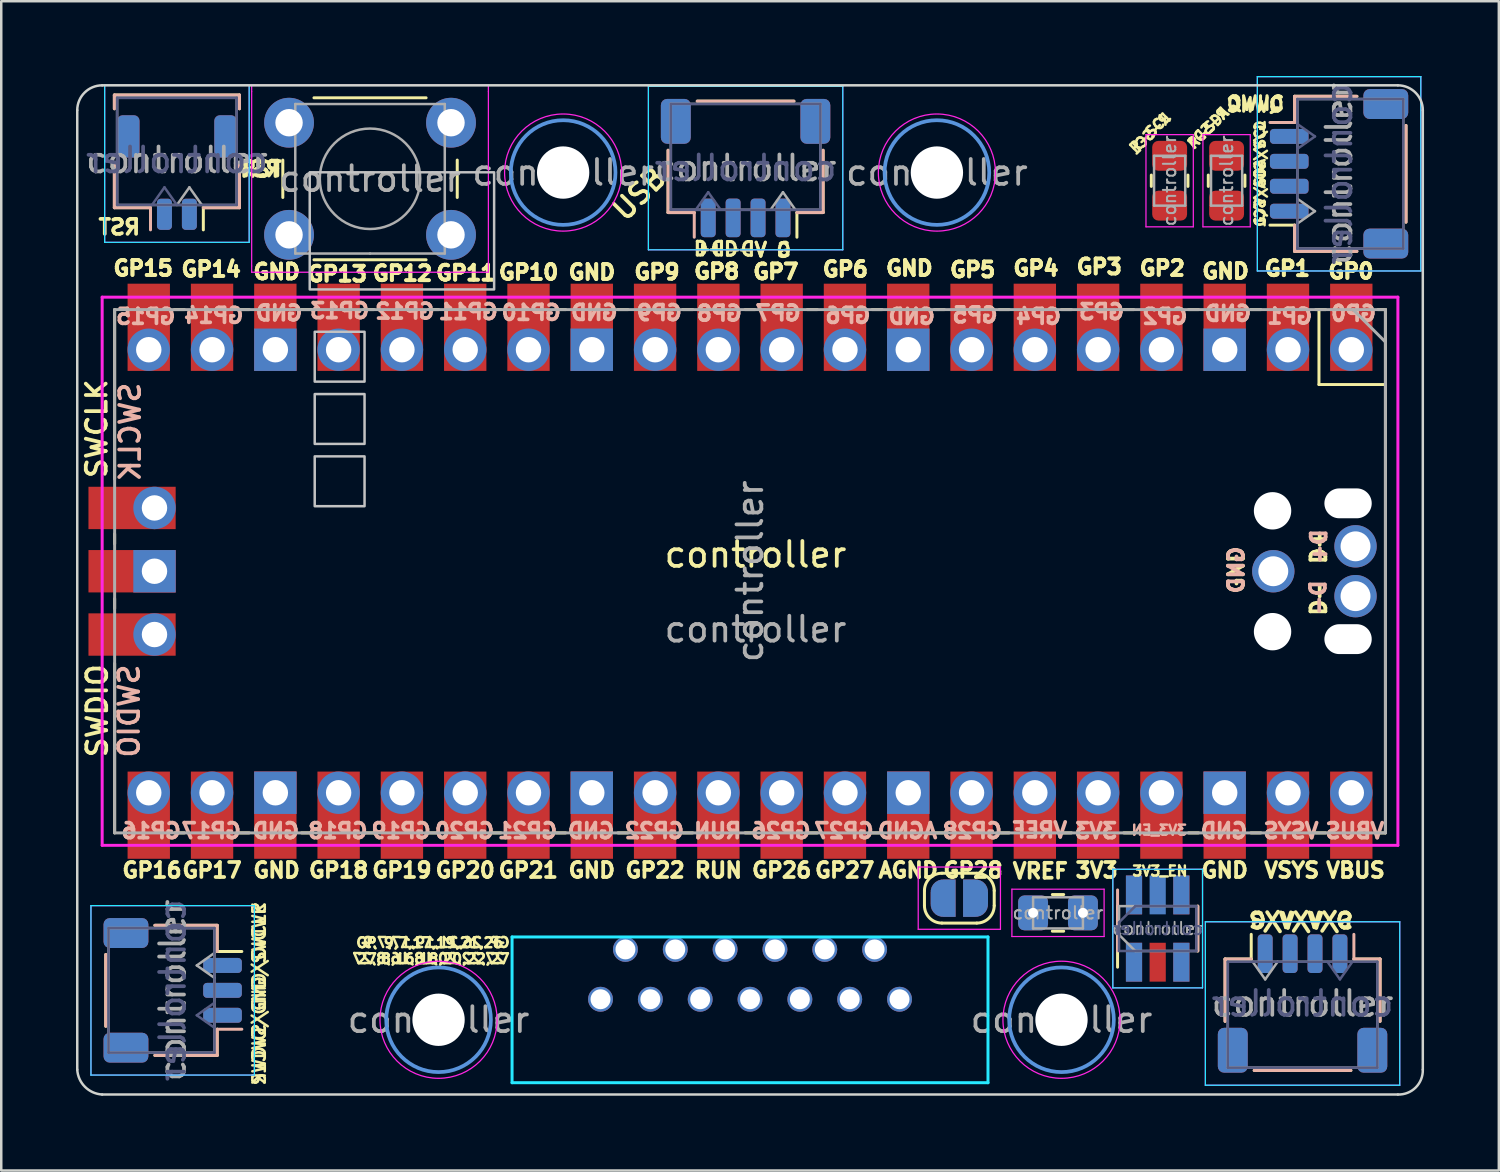
<source format=kicad_pcb>
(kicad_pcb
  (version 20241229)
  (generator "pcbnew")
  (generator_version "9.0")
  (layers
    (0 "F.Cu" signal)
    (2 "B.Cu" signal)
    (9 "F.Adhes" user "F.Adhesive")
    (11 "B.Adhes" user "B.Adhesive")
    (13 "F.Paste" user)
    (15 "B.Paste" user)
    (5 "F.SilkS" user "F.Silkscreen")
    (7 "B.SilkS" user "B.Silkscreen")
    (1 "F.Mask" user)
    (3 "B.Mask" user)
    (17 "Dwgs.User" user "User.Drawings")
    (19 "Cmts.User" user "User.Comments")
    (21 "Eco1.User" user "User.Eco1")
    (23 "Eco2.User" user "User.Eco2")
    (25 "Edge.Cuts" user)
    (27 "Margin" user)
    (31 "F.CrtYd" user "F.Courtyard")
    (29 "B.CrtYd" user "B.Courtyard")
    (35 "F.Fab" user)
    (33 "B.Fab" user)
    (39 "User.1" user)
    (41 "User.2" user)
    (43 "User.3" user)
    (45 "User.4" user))
  (footprint "controller"
    (layer "F.Cu")
    (at 27.05 19.875)
    (property "Reference" "controller" (at 0.22 -0.67 0) (unlocked yes) (layer "F.SilkS") (effects (font (size 1 1) (thickness 0.15))))
    (attr smd)
    (fp_line (start -25.855 15.38) (end -25.855 18.26) (stroke (width 0.12) (type solid)) (layer "F.SilkS"))
    (fp_line (start -25.51 -19.11) (end -25.51 -18.56) (stroke (width 0.12) (type solid)) (layer "F.SilkS"))
    (fp_line (start -25.51 -16.34) (end -25.51 -14.59) (stroke (width 0.12) (type solid)) (layer "F.SilkS"))
    (fp_line (start -25.51 -14.59) (end -24.06 -14.59) (stroke (width 0.12) (type solid)) (layer "F.SilkS"))
    (fp_line (start -25.5 -3.7) (end -25.5 -10.5) (stroke (width 0.12) (type solid)) (layer "F.SilkS"))
    (fp_line (start -25.5 -1.5) (end -25.5 -1.1) (stroke (width 0.12) (type solid)) (layer "F.SilkS"))
    (fp_line (start -25.5 1.1) (end -25.5 1.5) (stroke (width 0.12) (type solid)) (layer "F.SilkS"))
    (fp_line (start -25.5 10.5) (end -25.5 3.7) (stroke (width 0.12) (type solid)) (layer "F.SilkS"))
    (fp_line (start -23.885 14.21) (end -21.385 14.21) (stroke (width 0.12) (type solid)) (layer "F.SilkS"))
    (fp_line (start -23.885 19.43) (end -21.385 19.43) (stroke (width 0.12) (type solid)) (layer "F.SilkS"))
    (fp_line (start -22.7 -10.5) (end -23.1 -10.5) (stroke (width 0.12) (type solid)) (layer "F.SilkS"))
    (fp_line (start -22.7 10.5) (end -23.1 10.5) (stroke (width 0.12) (type solid)) (layer "F.SilkS"))
    (fp_line (start -21.94 -14.59) (end -21.94 -13.7) (stroke (width 0.12) (type solid)) (layer "F.SilkS"))
    (fp_line (start -21.385 14.21) (end -21.385 15.26) (stroke (width 0.12) (type solid)) (layer "F.SilkS"))
    (fp_line (start -21.385 15.26) (end -20.395 15.26) (stroke (width 0.12) (type solid)) (layer "F.SilkS"))
    (fp_line (start -21.385 19.43) (end -21.385 18.38) (stroke (width 0.12) (type solid)) (layer "F.SilkS"))
    (fp_line (start -20.49 -19.11) (end -25.51 -19.11) (stroke (width 0.12) (type solid)) (layer "F.SilkS"))
    (fp_line (start -20.49 -18.56) (end -20.49 -19.11) (stroke (width 0.12) (type solid)) (layer "F.SilkS"))
    (fp_line (start -20.49 -16.34) (end -20.49 -14.59) (stroke (width 0.12) (type solid)) (layer "F.SilkS"))
    (fp_line (start -20.49 -14.59) (end -21.94 -14.59) (stroke (width 0.12) (type solid)) (layer "F.SilkS"))
    (fp_line (start -20.1 -10.5) (end -20.5 -10.5) (stroke (width 0.12) (type solid)) (layer "F.SilkS"))
    (fp_line (start -20.1 10.5) (end -20.5 10.5) (stroke (width 0.12) (type solid)) (layer "F.SilkS"))
    (fp_line (start -18.75 -16.5) (end -18.75 -15) (stroke (width 0.12) (type solid)) (layer "F.SilkS"))
    (fp_line (start -17.6 -10.5) (end -18 -10.5) (stroke (width 0.12) (type solid)) (layer "F.SilkS"))
    (fp_line (start -17.6 10.5) (end -18 10.5) (stroke (width 0.12) (type solid)) (layer "F.SilkS"))
    (fp_line (start -17.5 -12.5) (end -13 -12.5) (stroke (width 0.12) (type solid)) (layer "F.SilkS"))
    (fp_line (start -15.1 -10.5) (end -15.5 -10.5) (stroke (width 0.12) (type solid)) (layer "F.SilkS"))
    (fp_line (start -15.1 10.5) (end -15.5 10.5) (stroke (width 0.12) (type solid)) (layer "F.SilkS"))
    (fp_line (start -13 -19) (end -17.5 -19) (stroke (width 0.12) (type solid)) (layer "F.SilkS"))
    (fp_line (start -12.5 -10.5) (end -12.9 -10.5) (stroke (width 0.12) (type solid)) (layer "F.SilkS"))
    (fp_line (start -12.5 10.5) (end -12.9 10.5) (stroke (width 0.12) (type solid)) (layer "F.SilkS"))
    (fp_line (start -11.75 -15) (end -11.75 -16.5) (stroke (width 0.12) (type solid)) (layer "F.SilkS"))
    (fp_line (start -10 -10.5) (end -10.4 -10.5) (stroke (width 0.12) (type solid)) (layer "F.SilkS"))
    (fp_line (start -10 10.5) (end -10.4 10.5) (stroke (width 0.12) (type solid)) (layer "F.SilkS"))
    (fp_line (start -7.4 -10.5) (end -7.8 -10.5) (stroke (width 0.12) (type solid)) (layer "F.SilkS"))
    (fp_line (start -7.4 10.5) (end -7.8 10.5) (stroke (width 0.12) (type solid)) (layer "F.SilkS"))
    (fp_line (start -4.9 -10.5) (end -5.3 -10.5) (stroke (width 0.12) (type solid)) (layer "F.SilkS"))
    (fp_line (start -4.9 10.5) (end -5.3 10.5) (stroke (width 0.12) (type solid)) (layer "F.SilkS"))
    (fp_line (start -3.288 -16.895) (end -3.288 -14.395) (stroke (width 0.12) (type solid)) (layer "F.SilkS"))
    (fp_line (start -3.288 -14.395) (end -2.238 -14.395) (stroke (width 0.12) (type solid)) (layer "F.SilkS"))
    (fp_line (start -2.3 -10.5) (end -2.7 -10.5) (stroke (width 0.12) (type solid)) (layer "F.SilkS"))
    (fp_line (start -2.3 10.5) (end -2.7 10.5) (stroke (width 0.12) (type solid)) (layer "F.SilkS"))
    (fp_line (start 0.2 -10.5) (end -0.2 -10.5) (stroke (width 0.12) (type solid)) (layer "F.SilkS"))
    (fp_line (start 0.2 10.5) (end -0.2 10.5) (stroke (width 0.12) (type solid)) (layer "F.SilkS"))
    (fp_line (start 1.762 -18.865) (end -2.118 -18.865) (stroke (width 0.12) (type solid)) (layer "F.SilkS"))
    (fp_line (start 1.882 -14.395) (end 1.882 -13.405) (stroke (width 0.12) (type solid)) (layer "F.SilkS"))
    (fp_line (start 2.7 -10.5) (end 2.3 -10.5) (stroke (width 0.12) (type solid)) (layer "F.SilkS"))
    (fp_line (start 2.7 10.5) (end 2.3 10.5) (stroke (width 0.12) (type solid)) (layer "F.SilkS"))
    (fp_line (start 2.932 -16.895) (end 2.932 -14.395) (stroke (width 0.12) (type solid)) (layer "F.SilkS"))
    (fp_line (start 2.932 -14.395) (end 1.882 -14.395) (stroke (width 0.12) (type solid)) (layer "F.SilkS"))
    (fp_line (start 5.3 -10.5) (end 4.9 -10.5) (stroke (width 0.12) (type solid)) (layer "F.SilkS"))
    (fp_line (start 5.3 10.5) (end 4.9 10.5) (stroke (width 0.12) (type solid)) (layer "F.SilkS"))
    (fp_line (start 7 13.42) (end 7 12.82) (stroke (width 0.12) (type solid)) (layer "F.SilkS"))
    (fp_line (start 7.7 12.12) (end 9.1 12.12) (stroke (width 0.12) (type solid)) (layer "F.SilkS"))
    (fp_line (start 7.8 -10.5) (end 7.4 -10.5) (stroke (width 0.12) (type solid)) (layer "F.SilkS"))
    (fp_line (start 7.8 10.5) (end 7.4 10.5) (stroke (width 0.12) (type solid)) (layer "F.SilkS"))
    (fp_line (start 9.1 14.12) (end 7.7 14.12) (stroke (width 0.12) (type solid)) (layer "F.SilkS"))
    (fp_line (start 9.8 12.82) (end 9.8 13.42) (stroke (width 0.12) (type solid)) (layer "F.SilkS"))
    (fp_line (start 10.4 -10.5) (end 10 -10.5) (stroke (width 0.12) (type solid)) (layer "F.SilkS"))
    (fp_line (start 10.4 10.5) (end 10 10.5) (stroke (width 0.12) (type solid)) (layer "F.SilkS"))
    (fp_line (start 12.587 12.975) (end 12.133 12.975) (stroke (width 0.12) (type solid)) (layer "F.SilkS"))
    (fp_line (start 12.587 14.445) (end 12.133 14.445) (stroke (width 0.12) (type solid)) (layer "F.SilkS"))
    (fp_line (start 12.9 -10.5) (end 12.5 -10.5) (stroke (width 0.12) (type solid)) (layer "F.SilkS"))
    (fp_line (start 12.9 10.5) (end 12.5 10.5) (stroke (width 0.12) (type solid)) (layer "F.SilkS"))
    (fp_line (start 14.75 13.44) (end 14.75 15.89) (stroke (width 0.12) (type solid)) (layer "F.SilkS"))
    (fp_line (start 15.4 -10.5) (end 15 -10.5) (stroke (width 0.12) (type solid)) (layer "F.SilkS"))
    (fp_line (start 15.4 10.5) (end 15 10.5) (stroke (width 0.12) (type solid)) (layer "F.SilkS"))
    (fp_line (start 16.105 -15.445) (end 16.105 -15.899) (stroke (width 0.12) (type solid)) (layer "F.SilkS"))
    (fp_line (start 17.575 -15.445) (end 17.575 -15.899) (stroke (width 0.12) (type solid)) (layer "F.SilkS"))
    (fp_line (start 17.97 15.24) (end 17.97 13.44) (stroke (width 0.12) (type solid)) (layer "F.SilkS"))
    (fp_line (start 18 -10.5) (end 17.6 -10.5) (stroke (width 0.12) (type solid)) (layer "F.SilkS"))
    (fp_line (start 18 10.5) (end 17.6 10.5) (stroke (width 0.12) (type solid)) (layer "F.SilkS"))
    (fp_line (start 18.391 -15.445) (end 18.391 -15.899) (stroke (width 0.12) (type solid)) (layer "F.SilkS"))
    (fp_line (start 19.064 15.563) (end 20.114 15.563) (stroke (width 0.12) (type solid)) (layer "F.SilkS"))
    (fp_line (start 19.064 18.063) (end 19.064 15.563) (stroke (width 0.12) (type solid)) (layer "F.SilkS"))
    (fp_line (start 19.861 -15.445) (end 19.861 -15.899) (stroke (width 0.12) (type solid)) (layer "F.SilkS"))
    (fp_line (start 20.114 15.563) (end 20.114 14.573) (stroke (width 0.12) (type solid)) (layer "F.SilkS"))
    (fp_line (start 20.234 20.033) (end 24.114 20.033) (stroke (width 0.12) (type solid)) (layer "F.SilkS"))
    (fp_line (start 20.5 -10.5) (end 20.1 -10.5) (stroke (width 0.12) (type solid)) (layer "F.SilkS"))
    (fp_line (start 20.5 10.5) (end 20.1 10.5) (stroke (width 0.12) (type solid)) (layer "F.SilkS"))
    (fp_line (start 21.855 -19.06) (end 21.855 -18.01) (stroke (width 0.12) (type solid)) (layer "F.SilkS"))
    (fp_line (start 21.855 -13.89) (end 20.865 -13.89) (stroke (width 0.12) (type solid)) (layer "F.SilkS"))
    (fp_line (start 21.855 -12.84) (end 21.855 -13.89) (stroke (width 0.12) (type solid)) (layer "F.SilkS"))
    (fp_line (start 22.833 -10.5) (end 22.833 -7.493) (stroke (width 0.12) (type solid)) (layer "F.SilkS"))
    (fp_line (start 22.833 -7.493) (end 25.5 -7.493) (stroke (width 0.12) (type solid)) (layer "F.SilkS"))
    (fp_line (start 23.1 -10.5) (end 22.7 -10.5) (stroke (width 0.12) (type solid)) (layer "F.SilkS"))
    (fp_line (start 23.1 10.5) (end 22.7 10.5) (stroke (width 0.12) (type solid)) (layer "F.SilkS"))
    (fp_line (start 24.355 -19.06) (end 21.855 -19.06) (stroke (width 0.12) (type solid)) (layer "F.SilkS"))
    (fp_line (start 24.355 -12.84) (end 21.855 -12.84) (stroke (width 0.12) (type solid)) (layer "F.SilkS"))
    (fp_line (start 25.284 15.563) (end 24.234 15.563) (stroke (width 0.12) (type solid)) (layer "F.SilkS"))
    (fp_line (start 25.284 18.063) (end 25.284 15.563) (stroke (width 0.12) (type solid)) (layer "F.SilkS"))
    (fp_line (start 25.5 -10.5) (end 25.2 -10.5) (stroke (width 0.12) (type solid)) (layer "F.SilkS"))
    (fp_line (start 25.5 -10.5) (end 25.5 10.5) (stroke (width 0.12) (type solid)) (layer "F.SilkS"))
    (fp_line (start 25.5 10.5) (end 25.2 10.5) (stroke (width 0.12) (type solid)) (layer "F.SilkS"))
    (fp_line (start 26.325 -14.01) (end 26.325 -17.89) (stroke (width 0.12) (type solid)) (layer "F.SilkS"))
    (fp_arc (start 7 12.82) (mid 7.205025 12.325025) (end 7.7 12.12) (stroke (width 0.12) (type solid)) (layer "F.SilkS"))
    (fp_arc (start 7.7 14.12) (mid 7.205025 13.914975) (end 7 13.42) (stroke (width 0.12) (type solid)) (layer "F.SilkS"))
    (fp_arc (start 9.1 12.12) (mid 9.594975 12.325025) (end 9.8 12.82) (stroke (width 0.12) (type solid)) (layer "F.SilkS"))
    (fp_arc (start 9.8 13.42) (mid 9.594975 13.914975) (end 9.1 14.12) (stroke (width 0.12) (type solid)) (layer "F.SilkS"))
    (fp_line (start -25.855 18.26) (end -25.855 15.38) (stroke (width 0.12) (type solid)) (layer "B.SilkS"))
    (fp_line (start -25.51 -19.11) (end -20.49 -19.11) (stroke (width 0.12) (type solid)) (layer "B.SilkS"))
    (fp_line (start -25.51 -18.56) (end -25.51 -19.11) (stroke (width 0.12) (type solid)) (layer "B.SilkS"))
    (fp_line (start -25.51 -16.34) (end -25.51 -14.59) (stroke (width 0.12) (type solid)) (layer "B.SilkS"))
    (fp_line (start -25.51 -14.59) (end -24.06 -14.59) (stroke (width 0.12) (type solid)) (layer "B.SilkS"))
    (fp_line (start -24.06 -14.59) (end -24.06 -13.7) (stroke (width 0.12) (type solid)) (layer "B.SilkS"))
    (fp_line (start -23.885 14.21) (end -21.385 14.21) (stroke (width 0.12) (type solid)) (layer "B.SilkS"))
    (fp_line (start -23.885 19.43) (end -21.385 19.43) (stroke (width 0.12) (type solid)) (layer "B.SilkS"))
    (fp_line (start -21.385 14.21) (end -21.385 15.26) (stroke (width 0.12) (type solid)) (layer "B.SilkS"))
    (fp_line (start -21.385 18.38) (end -20.395 18.38) (stroke (width 0.12) (type solid)) (layer "B.SilkS"))
    (fp_line (start -21.385 19.43) (end -21.385 18.38) (stroke (width 0.12) (type solid)) (layer "B.SilkS"))
    (fp_line (start -20.49 -19.11) (end -20.49 -18.56) (stroke (width 0.12) (type solid)) (layer "B.SilkS"))
    (fp_line (start -20.49 -16.34) (end -20.49 -14.59) (stroke (width 0.12) (type solid)) (layer "B.SilkS"))
    (fp_line (start -20.49 -14.59) (end -21.94 -14.59) (stroke (width 0.12) (type solid)) (layer "B.SilkS"))
    (fp_line (start -3.288 -16.895) (end -3.288 -14.395) (stroke (width 0.12) (type solid)) (layer "B.SilkS"))
    (fp_line (start -3.288 -14.395) (end -2.238 -14.395) (stroke (width 0.12) (type solid)) (layer "B.SilkS"))
    (fp_line (start -2.238 -14.395) (end -2.238 -13.405) (stroke (width 0.12) (type solid)) (layer "B.SilkS"))
    (fp_line (start -2.118 -18.865) (end 1.762 -18.865) (stroke (width 0.12) (type solid)) (layer "B.SilkS"))
    (fp_line (start 2.932 -16.895) (end 2.932 -14.395) (stroke (width 0.12) (type solid)) (layer "B.SilkS"))
    (fp_line (start 2.932 -14.395) (end 1.882 -14.395) (stroke (width 0.12) (type solid)) (layer "B.SilkS"))
    (fp_line (start 14.75 15.24) (end 14.75 12.79) (stroke (width 0.12) (type solid)) (layer "B.SilkS"))
    (fp_line (start 17.97 13.44) (end 17.97 15.24) (stroke (width 0.12) (type solid)) (layer "B.SilkS"))
    (fp_line (start 19.064 15.563) (end 20.114 15.563) (stroke (width 0.12) (type solid)) (layer "B.SilkS"))
    (fp_line (start 19.064 18.063) (end 19.064 15.563) (stroke (width 0.12) (type solid)) (layer "B.SilkS"))
    (fp_line (start 21.855 -19.06) (end 21.855 -18.01) (stroke (width 0.12) (type solid)) (layer "B.SilkS"))
    (fp_line (start 21.855 -18.01) (end 20.865 -18.01) (stroke (width 0.12) (type solid)) (layer "B.SilkS"))
    (fp_line (start 21.855 -12.84) (end 21.855 -13.89) (stroke (width 0.12) (type solid)) (layer "B.SilkS"))
    (fp_line (start 24.114 20.033) (end 20.234 20.033) (stroke (width 0.12) (type solid)) (layer "B.SilkS"))
    (fp_line (start 24.234 15.563) (end 24.234 14.573) (stroke (width 0.12) (type solid)) (layer "B.SilkS"))
    (fp_line (start 24.355 -19.06) (end 21.855 -19.06) (stroke (width 0.12) (type solid)) (layer "B.SilkS"))
    (fp_line (start 24.355 -12.84) (end 21.855 -12.84) (stroke (width 0.12) (type solid)) (layer "B.SilkS"))
    (fp_line (start 25.284 15.563) (end 24.234 15.563) (stroke (width 0.12) (type solid)) (layer "B.SilkS"))
    (fp_line (start 25.284 18.063) (end 25.284 15.563) (stroke (width 0.12) (type solid)) (layer "B.SilkS"))
    (fp_line (start 26.325 -17.89) (end 26.325 -14.01) (stroke (width 0.12) (type solid)) (layer "B.SilkS"))
    (fp_poly (pts (xy -15.47 -7.61) (xy -17.47 -7.61) (xy -17.47 -9.61) (xy -15.47 -9.61)) (stroke (width 0.1) (type solid)) (fill no) (layer "Dwgs.User"))
    (fp_poly (pts (xy -15.47 -5.11) (xy -17.47 -5.11) (xy -17.47 -7.11) (xy -15.47 -7.11)) (stroke (width 0.1) (type solid)) (fill no) (layer "Dwgs.User"))
    (fp_poly (pts (xy -15.47 -2.61) (xy -17.47 -2.61) (xy -17.47 -4.61) (xy -15.47 -4.61)) (stroke (width 0.1) (type solid)) (fill no) (layer "Dwgs.User"))
    (fp_poly (pts (xy -10.27 -11.31) (xy -17.67 -11.31) (xy -17.67 -16.01) (xy -10.27 -16.01)) (stroke (width 0.1) (type solid)) (fill no) (layer "Dwgs.User"))
    (fp_circle (center -12.5 18) (end -10.4 18) (stroke (width 0.15) (type solid)) (fill no) (layer "Cmts.User"))
    (fp_circle (center -7.5 -16) (end -5.4 -16) (stroke (width 0.15) (type solid)) (fill no) (layer "Cmts.User"))
    (fp_circle (center 7.5 -16) (end 9.6 -16) (stroke (width 0.15) (type solid)) (fill no) (layer "Cmts.User"))
    (fp_circle (center 12.5 18) (end 14.6 18) (stroke (width 0.15) (type solid)) (fill no) (layer "Cmts.User"))
    (fp_line (start -27 -18.5) (end -27 20) (stroke (width 0.1) (type solid)) (layer "Edge.Cuts"))
    (fp_line (start 26 -19.5) (end -26 -19.5) (stroke (width 0.1) (type solid)) (layer "Edge.Cuts"))
    (fp_line (start 26 21) (end -26 21) (stroke (width 0.1) (type solid)) (layer "Edge.Cuts"))
    (fp_line (start 27 -18.5) (end 27 20) (stroke (width 0.1) (type solid)) (layer "Edge.Cuts"))
    (fp_arc (start -27 -18.5) (mid -26.707107 -19.207107) (end -26 -19.5) (stroke (width 0.1) (type solid)) (layer "Edge.Cuts"))
    (fp_arc (start -26 21) (mid -26.690936 20.690936) (end -27 20) (stroke (width 0.1) (type solid)) (layer "Edge.Cuts"))
    (fp_arc (start 26 -19.5) (mid 26.707107 -19.207107) (end 27 -18.5) (stroke (width 0.1) (type solid)) (layer "Edge.Cuts"))
    (fp_arc (start 26.999999 20) (mid 26.716631 20.716631) (end 26 21) (stroke (width 0.1) (type solid)) (layer "Edge.Cuts"))
    (fp_line (start -26.45 13.42) (end -19.89 13.42) (stroke (width 0.05) (type solid)) (layer "B.CrtYd"))
    (fp_line (start -26.45 20.22) (end -26.45 13.42) (stroke (width 0.05) (type solid)) (layer "B.CrtYd"))
    (fp_line (start -25.9 -19.5) (end -20.1 -19.5) (stroke (width 0.05) (type solid)) (layer "B.CrtYd"))
    (fp_line (start -25.9 -13.2) (end -25.9 -19.5) (stroke (width 0.05) (type solid)) (layer "B.CrtYd"))
    (fp_line (start -20.1 -19.5) (end -20.1 -13.2) (stroke (width 0.05) (type solid)) (layer "B.CrtYd"))
    (fp_line (start -20.1 -13.2) (end -25.9 -13.2) (stroke (width 0.05) (type solid)) (layer "B.CrtYd"))
    (fp_line (start -19.89 13.42) (end -19.89 20.22) (stroke (width 0.05) (type solid)) (layer "B.CrtYd"))
    (fp_line (start -19.89 20.22) (end -26.45 20.22) (stroke (width 0.05) (type solid)) (layer "B.CrtYd"))
    (fp_line (start -9.55 14.677) (end 9.55 14.677) (stroke (width 0.12) (type solid)) (layer "B.CrtYd"))
    (fp_line (start -9.55 20.527) (end -9.55 14.677) (stroke (width 0.12) (type solid)) (layer "B.CrtYd"))
    (fp_line (start -4.078 -19.46) (end 3.722 -19.46) (stroke (width 0.05) (type solid)) (layer "B.CrtYd"))
    (fp_line (start -4.078 -12.9) (end -4.078 -19.46) (stroke (width 0.05) (type solid)) (layer "B.CrtYd"))
    (fp_line (start 3.722 -19.46) (end 3.722 -12.9) (stroke (width 0.05) (type solid)) (layer "B.CrtYd"))
    (fp_line (start 3.722 -12.9) (end -4.078 -12.9) (stroke (width 0.05) (type solid)) (layer "B.CrtYd"))
    (fp_line (start 9.55 20.527) (end -9.55 20.527) (stroke (width 0.12) (type solid)) (layer "B.CrtYd"))
    (fp_line (start 9.55 20.527) (end 9.55 14.677) (stroke (width 0.12) (type solid)) (layer "B.CrtYd"))
    (fp_line (start 14.56 11.96) (end 14.56 16.72) (stroke (width 0.05) (type solid)) (layer "B.CrtYd"))
    (fp_line (start 14.56 11.96) (end 18.16 11.96) (stroke (width 0.05) (type solid)) (layer "B.CrtYd"))
    (fp_line (start 18.16 16.72) (end 14.56 16.72) (stroke (width 0.05) (type solid)) (layer "B.CrtYd"))
    (fp_line (start 18.16 16.72) (end 18.16 11.96) (stroke (width 0.05) (type solid)) (layer "B.CrtYd"))
    (fp_line (start 18.274 14.068) (end 26.074 14.068) (stroke (width 0.05) (type solid)) (layer "B.CrtYd"))
    (fp_line (start 18.274 20.628) (end 18.274 14.068) (stroke (width 0.05) (type solid)) (layer "B.CrtYd"))
    (fp_line (start 20.36 -19.85) (end 26.92 -19.85) (stroke (width 0.05) (type solid)) (layer "B.CrtYd"))
    (fp_line (start 20.36 -12.05) (end 20.36 -19.85) (stroke (width 0.05) (type solid)) (layer "B.CrtYd"))
    (fp_line (start 26.074 14.068) (end 26.074 20.628) (stroke (width 0.05) (type solid)) (layer "B.CrtYd"))
    (fp_line (start 26.074 20.628) (end 18.274 20.628) (stroke (width 0.05) (type solid)) (layer "B.CrtYd"))
    (fp_line (start 26.92 -19.85) (end 26.92 -12.05) (stroke (width 0.05) (type solid)) (layer "B.CrtYd"))
    (fp_line (start 26.92 -12.05) (end 20.36 -12.05) (stroke (width 0.05) (type solid)) (layer "B.CrtYd"))
    (fp_line (start -26.45 13.42) (end -26.45 20.22) (stroke (width 0.05) (type solid)) (layer "F.CrtYd"))
    (fp_line (start -26.45 20.22) (end -19.89 20.22) (stroke (width 0.05) (type solid)) (layer "F.CrtYd"))
    (fp_line (start -26 -11) (end 26 -11) (stroke (width 0.12) (type solid)) (layer "F.CrtYd"))
    (fp_line (start -26 11) (end -26 -11) (stroke (width 0.12) (type solid)) (layer "F.CrtYd"))
    (fp_line (start -25.9 -19.5) (end -25.9 -13.2) (stroke (width 0.05) (type solid)) (layer "F.CrtYd"))
    (fp_line (start -25.9 -13.2) (end -20.1 -13.2) (stroke (width 0.05) (type solid)) (layer "F.CrtYd"))
    (fp_line (start -20.1 -19.5) (end -25.9 -19.5) (stroke (width 0.05) (type solid)) (layer "F.CrtYd"))
    (fp_line (start -20.1 -13.2) (end -20.1 -19.5) (stroke (width 0.05) (type solid)) (layer "F.CrtYd"))
    (fp_line (start -20 -19.5) (end -20 -19.25) (stroke (width 0.05) (type solid)) (layer "F.CrtYd"))
    (fp_line (start -20 -12.25) (end -20 -19.25) (stroke (width 0.05) (type solid)) (layer "F.CrtYd"))
    (fp_line (start -20 -12) (end -20 -12.25) (stroke (width 0.05) (type solid)) (layer "F.CrtYd"))
    (fp_line (start -19.89 13.42) (end -26.45 13.42) (stroke (width 0.05) (type solid)) (layer "F.CrtYd"))
    (fp_line (start -19.89 20.22) (end -19.89 13.42) (stroke (width 0.05) (type solid)) (layer "F.CrtYd"))
    (fp_line (start -19.75 -19.5) (end -20 -19.5) (stroke (width 0.05) (type solid)) (layer "F.CrtYd"))
    (fp_line (start -19.75 -19.5) (end -10.75 -19.5) (stroke (width 0.05) (type solid)) (layer "F.CrtYd"))
    (fp_line (start -19.75 -12) (end -20 -12) (stroke (width 0.05) (type solid)) (layer "F.CrtYd"))
    (fp_line (start -10.75 -12) (end -19.75 -12) (stroke (width 0.05) (type solid)) (layer "F.CrtYd"))
    (fp_line (start -10.5 -19.5) (end -10.75 -19.5) (stroke (width 0.05) (type solid)) (layer "F.CrtYd"))
    (fp_line (start -10.5 -19.25) (end -10.5 -19.5) (stroke (width 0.05) (type solid)) (layer "F.CrtYd"))
    (fp_line (start -10.5 -19.25) (end -10.5 -12.25) (stroke (width 0.05) (type solid)) (layer "F.CrtYd"))
    (fp_line (start -10.5 -12.25) (end -10.5 -12) (stroke (width 0.05) (type solid)) (layer "F.CrtYd"))
    (fp_line (start -10.5 -12) (end -10.75 -12) (stroke (width 0.05) (type solid)) (layer "F.CrtYd"))
    (fp_line (start -4.078 -19.46) (end -4.078 -12.9) (stroke (width 0.05) (type solid)) (layer "F.CrtYd"))
    (fp_line (start -4.078 -12.9) (end 3.722 -12.9) (stroke (width 0.05) (type solid)) (layer "F.CrtYd"))
    (fp_line (start 3.722 -19.46) (end -4.078 -19.46) (stroke (width 0.05) (type solid)) (layer "F.CrtYd"))
    (fp_line (start 3.722 -12.9) (end 3.722 -19.46) (stroke (width 0.05) (type solid)) (layer "F.CrtYd"))
    (fp_line (start 6.75 11.87) (end 6.75 14.37) (stroke (width 0.05) (type solid)) (layer "F.CrtYd"))
    (fp_line (start 6.75 11.87) (end 10.05 11.87) (stroke (width 0.05) (type solid)) (layer "F.CrtYd"))
    (fp_line (start 10.05 14.37) (end 6.75 14.37) (stroke (width 0.05) (type solid)) (layer "F.CrtYd"))
    (fp_line (start 10.05 14.37) (end 10.05 11.87) (stroke (width 0.05) (type solid)) (layer "F.CrtYd"))
    (fp_line (start 10.51 12.76) (end 14.21 12.76) (stroke (width 0.05) (type solid)) (layer "F.CrtYd"))
    (fp_line (start 10.51 14.66) (end 10.51 12.76) (stroke (width 0.05) (type solid)) (layer "F.CrtYd"))
    (fp_line (start 14.21 12.76) (end 14.21 14.66) (stroke (width 0.05) (type solid)) (layer "F.CrtYd"))
    (fp_line (start 14.21 14.66) (end 10.51 14.66) (stroke (width 0.05) (type solid)) (layer "F.CrtYd"))
    (fp_line (start 14.56 16.72) (end 14.56 11.96) (stroke (width 0.05) (type solid)) (layer "F.CrtYd"))
    (fp_line (start 14.56 16.72) (end 18.16 16.72) (stroke (width 0.05) (type solid)) (layer "F.CrtYd"))
    (fp_line (start 15.89 -17.522) (end 17.79 -17.522) (stroke (width 0.05) (type solid)) (layer "F.CrtYd"))
    (fp_line (start 15.89 -13.822) (end 15.89 -17.522) (stroke (width 0.05) (type solid)) (layer "F.CrtYd"))
    (fp_line (start 17.79 -17.522) (end 17.79 -13.822) (stroke (width 0.05) (type solid)) (layer "F.CrtYd"))
    (fp_line (start 17.79 -13.822) (end 15.89 -13.822) (stroke (width 0.05) (type solid)) (layer "F.CrtYd"))
    (fp_line (start 18.16 11.96) (end 14.56 11.96) (stroke (width 0.05) (type solid)) (layer "F.CrtYd"))
    (fp_line (start 18.16 11.96) (end 18.16 16.72) (stroke (width 0.05) (type solid)) (layer "F.CrtYd"))
    (fp_line (start 18.176 -17.522) (end 20.076 -17.522) (stroke (width 0.05) (type solid)) (layer "F.CrtYd"))
    (fp_line (start 18.176 -13.822) (end 18.176 -17.522) (stroke (width 0.05) (type solid)) (layer "F.CrtYd"))
    (fp_line (start 18.274 14.068) (end 18.274 20.628) (stroke (width 0.05) (type solid)) (layer "F.CrtYd"))
    (fp_line (start 18.274 20.628) (end 26.074 20.628) (stroke (width 0.05) (type solid)) (layer "F.CrtYd"))
    (fp_line (start 20.076 -17.522) (end 20.076 -13.822) (stroke (width 0.05) (type solid)) (layer "F.CrtYd"))
    (fp_line (start 20.076 -13.822) (end 18.176 -13.822) (stroke (width 0.05) (type solid)) (layer "F.CrtYd"))
    (fp_line (start 20.36 -19.85) (end 20.36 -12.05) (stroke (width 0.05) (type solid)) (layer "F.CrtYd"))
    (fp_line (start 20.36 -12.05) (end 26.92 -12.05) (stroke (width 0.05) (type solid)) (layer "F.CrtYd"))
    (fp_line (start 26 -11) (end 26 11) (stroke (width 0.12) (type solid)) (layer "F.CrtYd"))
    (fp_line (start 26 11) (end -26 11) (stroke (width 0.12) (type solid)) (layer "F.CrtYd"))
    (fp_line (start 26.074 14.068) (end 18.274 14.068) (stroke (width 0.05) (type solid)) (layer "F.CrtYd"))
    (fp_line (start 26.074 20.628) (end 26.074 14.068) (stroke (width 0.05) (type solid)) (layer "F.CrtYd"))
    (fp_line (start 26.92 -19.85) (end 20.36 -19.85) (stroke (width 0.05) (type solid)) (layer "F.CrtYd"))
    (fp_line (start 26.92 -12.05) (end 26.92 -19.85) (stroke (width 0.05) (type solid)) (layer "F.CrtYd"))
    (fp_circle (center -12.5 18) (end -10.15 18) (stroke (width 0.05) (type solid)) (fill no) (layer "F.CrtYd"))
    (fp_circle (center -7.5 -16) (end -5.15 -16) (stroke (width 0.05) (type solid)) (fill no) (layer "F.CrtYd"))
    (fp_circle (center 7.5 -16) (end 9.85 -16) (stroke (width 0.05) (type solid)) (fill no) (layer "F.CrtYd"))
    (fp_circle (center 12.5 18) (end 14.85 18) (stroke (width 0.05) (type solid)) (fill no) (layer "F.CrtYd"))
    (fp_line (start -25.745 19.32) (end -25.745 14.32) (stroke (width 0.1) (type solid)) (layer "B.Fab"))
    (fp_line (start -25.4 -19) (end -20.6 -19) (stroke (width 0.1) (type solid)) (layer "B.Fab"))
    (fp_line (start -25.4 -14.7) (end -25.4 -19) (stroke (width 0.1) (type solid)) (layer "B.Fab"))
    (fp_line (start -25.4 -14.7) (end -20.6 -14.7) (stroke (width 0.1) (type solid)) (layer "B.Fab"))
    (fp_line (start -24 -14.7) (end -23.5 -15.407) (stroke (width 0.1) (type solid)) (layer "B.Fab"))
    (fp_line (start -23.5 -15.407) (end -23 -14.7) (stroke (width 0.1) (type solid)) (layer "B.Fab"))
    (fp_line (start -22.202 17.82) (end -21.495 17.32) (stroke (width 0.1) (type solid)) (layer "B.Fab"))
    (fp_line (start -21.495 14.32) (end -25.745 14.32) (stroke (width 0.1) (type solid)) (layer "B.Fab"))
    (fp_line (start -21.495 18.32) (end -22.202 17.82) (stroke (width 0.1) (type solid)) (layer "B.Fab"))
    (fp_line (start -21.495 19.32) (end -25.745 19.32) (stroke (width 0.1) (type solid)) (layer "B.Fab"))
    (fp_line (start -21.495 19.32) (end -21.495 14.32) (stroke (width 0.1) (type solid)) (layer "B.Fab"))
    (fp_line (start -20.6 -14.7) (end -20.6 -19) (stroke (width 0.1) (type solid)) (layer "B.Fab"))
    (fp_line (start -3.178 -18.755) (end 2.822 -18.755) (stroke (width 0.1) (type solid)) (layer "B.Fab"))
    (fp_line (start -3.178 -14.505) (end -3.178 -18.755) (stroke (width 0.1) (type solid)) (layer "B.Fab"))
    (fp_line (start -3.178 -14.505) (end 2.822 -14.505) (stroke (width 0.1) (type solid)) (layer "B.Fab"))
    (fp_line (start -2.178 -14.505) (end -1.678 -15.212) (stroke (width 0.1) (type solid)) (layer "B.Fab"))
    (fp_line (start -1.678 -15.212) (end -1.178 -14.505) (stroke (width 0.1) (type solid)) (layer "B.Fab"))
    (fp_line (start 2.822 -14.505) (end 2.822 -18.755) (stroke (width 0.1) (type solid)) (layer "B.Fab"))
    (fp_line (start 14.81 15.24) (end 14.81 14.09) (stroke (width 0.1) (type solid)) (layer "B.Fab"))
    (fp_line (start 14.81 15.24) (end 17.91 15.24) (stroke (width 0.1) (type solid)) (layer "B.Fab"))
    (fp_line (start 15.46 13.44) (end 14.81 14.09) (stroke (width 0.1) (type solid)) (layer "B.Fab"))
    (fp_line (start 15.46 13.44) (end 17.91 13.44) (stroke (width 0.1) (type solid)) (layer "B.Fab"))
    (fp_line (start 17.91 15.24) (end 17.91 13.44) (stroke (width 0.1) (type solid)) (layer "B.Fab"))
    (fp_line (start 19.174 15.673) (end 19.174 19.923) (stroke (width 0.1) (type solid)) (layer "B.Fab"))
    (fp_line (start 21.965 -18.95) (end 21.965 -12.95) (stroke (width 0.1) (type solid)) (layer "B.Fab"))
    (fp_line (start 21.965 -18.95) (end 26.215 -18.95) (stroke (width 0.1) (type solid)) (layer "B.Fab"))
    (fp_line (start 21.965 -17.95) (end 22.672 -17.45) (stroke (width 0.1) (type solid)) (layer "B.Fab"))
    (fp_line (start 21.965 -12.95) (end 26.215 -12.95) (stroke (width 0.1) (type solid)) (layer "B.Fab"))
    (fp_line (start 22.672 -17.45) (end 21.965 -16.95) (stroke (width 0.1) (type solid)) (layer "B.Fab"))
    (fp_line (start 23.674 16.38) (end 23.174 15.673) (stroke (width 0.1) (type solid)) (layer "B.Fab"))
    (fp_line (start 24.174 15.673) (end 23.674 16.38) (stroke (width 0.1) (type solid)) (layer "B.Fab"))
    (fp_line (start 25.174 15.673) (end 19.174 15.673) (stroke (width 0.1) (type solid)) (layer "B.Fab"))
    (fp_line (start 25.174 15.673) (end 25.174 19.923) (stroke (width 0.1) (type solid)) (layer "B.Fab"))
    (fp_line (start 25.174 19.923) (end 19.174 19.923) (stroke (width 0.1) (type solid)) (layer "B.Fab"))
    (fp_line (start 26.215 -18.95) (end 26.215 -12.95) (stroke (width 0.1) (type solid)) (layer "B.Fab"))
    (fp_line (start -25.745 14.32) (end -25.745 19.32) (stroke (width 0.1) (type solid)) (layer "F.Fab"))
    (fp_line (start -25.5 -10.5) (end 25.5 -10.5) (stroke (width 0.12) (type solid)) (layer "F.Fab"))
    (fp_line (start -25.5 10.5) (end -25.5 -10.5) (stroke (width 0.12) (type solid)) (layer "F.Fab"))
    (fp_line (start -25.4 -14.7) (end -25.4 -19) (stroke (width 0.1) (type solid)) (layer "F.Fab"))
    (fp_line (start -22.5 -15.407) (end -23 -14.7) (stroke (width 0.1) (type solid)) (layer "F.Fab"))
    (fp_line (start -22.202 15.82) (end -21.495 16.32) (stroke (width 0.1) (type solid)) (layer "F.Fab"))
    (fp_line (start -22 -14.7) (end -22.5 -15.407) (stroke (width 0.1) (type solid)) (layer "F.Fab"))
    (fp_line (start -21.495 14.32) (end -25.745 14.32) (stroke (width 0.1) (type solid)) (layer "F.Fab"))
    (fp_line (start -21.495 14.32) (end -21.495 19.32) (stroke (width 0.1) (type solid)) (layer "F.Fab"))
    (fp_line (start -21.495 15.32) (end -22.202 15.82) (stroke (width 0.1) (type solid)) (layer "F.Fab"))
    (fp_line (start -21.495 19.32) (end -25.745 19.32) (stroke (width 0.1) (type solid)) (layer "F.Fab"))
    (fp_line (start -20.6 -19) (end -25.4 -19) (stroke (width 0.1) (type solid)) (layer "F.Fab"))
    (fp_line (start -20.6 -14.7) (end -25.4 -14.7) (stroke (width 0.1) (type solid)) (layer "F.Fab"))
    (fp_line (start -20.6 -14.7) (end -20.6 -19) (stroke (width 0.1) (type solid)) (layer "F.Fab"))
    (fp_line (start -18.25 -18.75) (end -12.25 -18.75) (stroke (width 0.1) (type solid)) (layer "F.Fab"))
    (fp_line (start -18.25 -12.75) (end -18.25 -18.75) (stroke (width 0.1) (type solid)) (layer "F.Fab"))
    (fp_line (start -15.25 -12.75) (end -18.25 -12.75) (stroke (width 0.1) (type solid)) (layer "F.Fab"))
    (fp_line (start -12.25 -18.75) (end -12.25 -12.75) (stroke (width 0.1) (type solid)) (layer "F.Fab"))
    (fp_line (start -12.25 -12.75) (end -15.25 -12.75) (stroke (width 0.1) (type solid)) (layer "F.Fab"))
    (fp_line (start -3.178 -14.505) (end -3.178 -18.755) (stroke (width 0.1) (type solid)) (layer "F.Fab"))
    (fp_line (start 1.322 -15.212) (end 0.822 -14.505) (stroke (width 0.1) (type solid)) (layer "F.Fab"))
    (fp_line (start 1.822 -14.505) (end 1.322 -15.212) (stroke (width 0.1) (type solid)) (layer "F.Fab"))
    (fp_line (start 2.822 -18.755) (end -3.178 -18.755) (stroke (width 0.1) (type solid)) (layer "F.Fab"))
    (fp_line (start 2.822 -14.505) (end -3.178 -14.505) (stroke (width 0.1) (type solid)) (layer "F.Fab"))
    (fp_line (start 2.822 -14.505) (end 2.822 -18.755) (stroke (width 0.1) (type solid)) (layer "F.Fab"))
    (fp_line (start 11.36 13.085) (end 13.36 13.085) (stroke (width 0.1) (type solid)) (layer "F.Fab"))
    (fp_line (start 11.36 14.335) (end 11.36 13.085) (stroke (width 0.1) (type solid)) (layer "F.Fab"))
    (fp_line (start 13.36 13.085) (end 13.36 14.335) (stroke (width 0.1) (type solid)) (layer "F.Fab"))
    (fp_line (start 13.36 14.335) (end 11.36 14.335) (stroke (width 0.1) (type solid)) (layer "F.Fab"))
    (fp_line (start 14.81 13.44) (end 14.81 14.59) (stroke (width 0.1) (type solid)) (layer "F.Fab"))
    (fp_line (start 14.81 13.44) (end 17.91 13.44) (stroke (width 0.1) (type solid)) (layer "F.Fab"))
    (fp_line (start 15.46 15.24) (end 14.81 14.59) (stroke (width 0.1) (type solid)) (layer "F.Fab"))
    (fp_line (start 15.46 15.24) (end 17.91 15.24) (stroke (width 0.1) (type solid)) (layer "F.Fab"))
    (fp_line (start 16.215 -16.672) (end 17.465 -16.672) (stroke (width 0.1) (type solid)) (layer "F.Fab"))
    (fp_line (start 16.215 -14.672) (end 16.215 -16.672) (stroke (width 0.1) (type solid)) (layer "F.Fab"))
    (fp_line (start 17.465 -16.672) (end 17.465 -14.672) (stroke (width 0.1) (type solid)) (layer "F.Fab"))
    (fp_line (start 17.465 -14.672) (end 16.215 -14.672) (stroke (width 0.1) (type solid)) (layer "F.Fab"))
    (fp_line (start 17.91 13.44) (end 17.91 15.24) (stroke (width 0.1) (type solid)) (layer "F.Fab"))
    (fp_line (start 18.501 -16.672) (end 19.751 -16.672) (stroke (width 0.1) (type solid)) (layer "F.Fab"))
    (fp_line (start 18.501 -14.672) (end 18.501 -16.672) (stroke (width 0.1) (type solid)) (layer "F.Fab"))
    (fp_line (start 19.174 15.673) (end 19.174 19.923) (stroke (width 0.1) (type solid)) (layer "F.Fab"))
    (fp_line (start 19.174 15.673) (end 25.174 15.673) (stroke (width 0.1) (type solid)) (layer "F.Fab"))
    (fp_line (start 19.174 19.923) (end 25.174 19.923) (stroke (width 0.1) (type solid)) (layer "F.Fab"))
    (fp_line (start 19.751 -16.672) (end 19.751 -14.672) (stroke (width 0.1) (type solid)) (layer "F.Fab"))
    (fp_line (start 19.751 -14.672) (end 18.501 -14.672) (stroke (width 0.1) (type solid)) (layer "F.Fab"))
    (fp_line (start 20.174 15.673) (end 20.674 16.38) (stroke (width 0.1) (type solid)) (layer "F.Fab"))
    (fp_line (start 20.674 16.38) (end 21.174 15.673) (stroke (width 0.1) (type solid)) (layer "F.Fab"))
    (fp_line (start 21.965 -18.95) (end 26.215 -18.95) (stroke (width 0.1) (type solid)) (layer "F.Fab"))
    (fp_line (start 21.965 -13.95) (end 22.672 -14.45) (stroke (width 0.1) (type solid)) (layer "F.Fab"))
    (fp_line (start 21.965 -12.95) (end 21.965 -18.95) (stroke (width 0.1) (type solid)) (layer "F.Fab"))
    (fp_line (start 21.965 -12.95) (end 26.215 -12.95) (stroke (width 0.1) (type solid)) (layer "F.Fab"))
    (fp_line (start 22.672 -14.45) (end 21.965 -14.95) (stroke (width 0.1) (type solid)) (layer "F.Fab"))
    (fp_line (start 24.2 -10.5) (end 25.5 -9.2) (stroke (width 0.12) (type solid)) (layer "F.Fab"))
    (fp_line (start 25.174 15.673) (end 25.174 19.923) (stroke (width 0.1) (type solid)) (layer "F.Fab"))
    (fp_line (start 25.5 -10.5) (end 25.5 10.5) (stroke (width 0.12) (type solid)) (layer "F.Fab"))
    (fp_line (start 25.5 10.5) (end -25.5 10.5) (stroke (width 0.12) (type solid)) (layer "F.Fab"))
    (fp_line (start 26.215 -12.95) (end 26.215 -18.95) (stroke (width 0.1) (type solid)) (layer "F.Fab"))
    (fp_circle (center -15.25 -15.75) (end -13.25 -16) (stroke (width 0.1) (type solid)) (fill no) (layer "F.Fab"))
    (fp_text user "SWCLK" (at -26.22 -5.72 90) (layer "F.SilkS") (effects (font (size 0.8 0.8) (thickness 0.15))))
    (fp_text user "GP9" (at -3.74 -12.01 0) (layer "F.SilkS") (effects (font (size 0.6 0.6) (thickness 0.15))))
    (fp_text user "GP3" (at 14.01 -12.22 0) (layer "F.SilkS") (effects (font (size 0.6 0.6) (thickness 0.15))))
    (fp_text user "GP18" (at -16.51 12 0) (layer "F.SilkS") (effects (font (size 0.6 0.6) (thickness 0.15))))
    (fp_text user "GP26" (at 1.27 12 0) (layer "F.SilkS") (effects (font (size 0.6 0.6) (thickness 0.15))))
    (fp_text user "GP0" (at 24.12 -12.04 0) (layer "F.SilkS") (effects (font (size 0.6 0.6) (thickness 0.15))))
    (fp_text user "GP4" (at 11.48 -12.16 0) (layer "F.SilkS") (effects (font (size 0.6 0.6) (thickness 0.15))))
    (fp_text user "GP1" (at 21.56 -12.15 0) (layer "F.SilkS") (effects (font (size 0.6 0.6) (thickness 0.15))))
    (fp_text user "SWDIO/GND/SWCLK" (at -19.7 16.95 270) (layer "F.SilkS") (effects (font (size 0.5 0.5) (thickness 0.1)) (justify mirror)))
    (fp_text user "GP9" (at -3.73 -12.01 0) (layer "F.SilkS") (effects (font (size 0.6 0.6) (thickness 0.15))))
    (fp_text user "GP3" (at 14.02 -12.22 0) (layer "F.SilkS") (effects (font (size 0.6 0.6) (thickness 0.15))))
    (fp_text user "V" (at 0.43 -12.9 0) (layer "F.SilkS") (effects (font (size 0.55 0.55) (thickness 0.125))))
    (fp_text user "GP13" (at -16.56 -11.93 0) (layer "F.SilkS") (effects (font (size 0.6 0.6) (thickness 0.15))))
    (fp_text user "3V3_EN" (at 16.45 12.03 0) (layer "F.SilkS") (effects (font (size 0.4 0.4) (thickness 0.1))))
    (fp_text user "GP1" (at 21.57 -12.15 0) (layer "F.SilkS") (effects (font (size 0.6 0.6) (thickness 0.15))))
    (fp_text user "D+" (at 22.82 -0.99 90) (layer "F.SilkS") (effects (font (size 0.6 0.6) (thickness 0.15))))
    (fp_text user "GP 26,21,19,17,7,9\n  27,22,20,18,16,8,27" (at -12.59 15.22 0) (layer "F.SilkS") (effects (font (size 0.4 0.4) (thickness 0.1)) (justify mirror)))
    (fp_text user "GP6" (at 3.83 -12.12 0) (layer "F.SilkS") (effects (font (size 0.6 0.6) (thickness 0.15))))
    (fp_text user "D-" (at -0.43 -12.93 0) (layer "F.SilkS") (effects (font (size 0.55 0.55) (thickness 0.125)) (justify mirror)))
    (fp_text user "GND" (at 19.05 12 0) (layer "F.SilkS") (effects (font (size 0.6 0.6) (thickness 0.15))))
    (fp_text user "D+" (at -1.63 -12.94 0) (layer "F.SilkS") (effects (font (size 0.55 0.55) (thickness 0.125)) (justify mirror)))
    (fp_text user "R-SCL" (at 16.05 -17.6 45) (layer "F.SilkS") (effects (font (size 0.4 0.4) (thickness 0.1))))
    (fp_text user "RST" (at -19.64 -16.15 0) (layer "F.SilkS") (effects (font (size 0.6 0.6) (thickness 0.15)) (justify mirror)))
    (fp_text user "GND" (at -6.35 12 0) (layer "F.SilkS") (effects (font (size 0.6 0.6) (thickness 0.15))))
    (fp_text user "VBUS" (at 24.3 12 180) (layer "F.SilkS") (effects (font (size 0.6 0.6) (thickness 0.15))))
    (fp_text user "GP17" (at -21.59 12 0) (layer "F.SilkS") (effects (font (size 0.6 0.6) (thickness 0.15))))
    (fp_text user "GP12" (at -13.95 -11.95 0) (layer "F.SilkS") (effects (font (size 0.6 0.6) (thickness 0.15))))
    (fp_text user "3V3" (at 13.91 12 0) (layer "F.SilkS") (effects (font (size 0.6 0.6) (thickness 0.15))))
    (fp_text user "VSYS" (at 21.74 12 0) (layer "F.SilkS") (effects (font (size 0.6 0.6) (thickness 0.15))))
    (fp_text user "GND" (at -19 -12.02 0) (layer "F.SilkS") (effects (font (size 0.6 0.6) (thickness 0.15))))
    (fp_text user "G/V/SDA/SCL" (at 20.47 -15.95 90) (layer "F.SilkS") (effects (font (size 0.4 0.4) (thickness 0.1))))
    (fp_text user "SWDIO/GND/SWCLK" (at -19.7 16.95 90) (layer "F.SilkS") (effects (font (size 0.5 0.5) (thickness 0.1))))
    (fp_text user "D+" (at -1.63 -12.94 0) (layer "F.SilkS") (effects (font (size 0.55 0.55) (thickness 0.125))))
    (fp_text user "GP14" (at -21.62 -12.12 0) (layer "F.SilkS") (effects (font (size 0.6 0.6) (thickness 0.15))))
    (fp_text user "GP8" (at -1.33 -12.03 0) (layer "F.SilkS") (effects (font (size 0.6 0.6) (thickness 0.15))))
    (fp_text user "GP 9,7,17,19,21,26\n 27,8,16,18,20,22,27" (at -12.86 15.23 0) (layer "F.SilkS") (effects (font (size 0.4 0.4) (thickness 0.1))))
    (fp_text user "GND" (at -19 12 0) (layer "F.SilkS") (effects (font (size 0.6 0.6) (thickness 0.15))))
    (fp_text user "GP20" (at -11.43 12 0) (layer "F.SilkS") (effects (font (size 0.6 0.6) (thickness 0.15))))
    (fp_text user "RST" (at -19.63 -16.13 0) (layer "F.SilkS") (effects (font (size 0.6 0.6) (thickness 0.15))))
    (fp_text user "GP5" (at 8.93 -12.1 0) (layer "F.SilkS") (effects (font (size 0.6 0.6) (thickness 0.15))))
    (fp_text user "GP0" (at 24.11 -12.04 0) (layer "F.SilkS") (effects (font (size 0.6 0.6) (thickness 0.15))))
    (fp_text user "GP16" (at -24 12 0) (layer "F.SilkS") (effects (font (size 0.6 0.6) (thickness 0.15))))
    (fp_text user "QWIIC" (at 20.29 -18.78 0) (layer "F.SilkS") (effects (font (size 0.55 0.55) (thickness 0.125))))
    (fp_text user "GND" (at 19.09 -12.04 0) (layer "F.SilkS") (effects (font (size 0.6 0.6) (thickness 0.15))))
    (fp_text user "GND" (at -6.34 -12 0) (layer "F.SilkS") (effects (font (size 0.6 0.6) (thickness 0.15))))
    (fp_text user "GP6" (at 3.82 -12.12 0) (layer "F.SilkS") (effects (font (size 0.6 0.6) (thickness 0.15))))
    (fp_text user "GP12" (at -13.94 -11.95 0) (layer "F.SilkS") (effects (font (size 0.6 0.6) (thickness 0.15))))
    (fp_text user "GP11" (at -11.41 -11.97 0) (layer "F.SilkS") (effects (font (size 0.6 0.6) (thickness 0.15))))
    (fp_text user "V" (at 0.43 -12.9 0) (layer "F.SilkS") (effects (font (size 0.55 0.55) (thickness 0.125)) (justify mirror)))
    (fp_text user "GP19" (at -13.97 12 0) (layer "F.SilkS") (effects (font (size 0.6 0.6) (thickness 0.15))))
    (fp_text user "S/V/V/G" (at 22.09 14.02 0) (layer "F.SilkS") (effects (font (size 0.6 0.6) (thickness 0.15))))
    (fp_text user "GP22" (at -3.81 12 0) (layer "F.SilkS") (effects (font (size 0.6 0.6) (thickness 0.15))))
    (fp_text user "GND" (at -18.99 -12.02 0) (layer "F.SilkS") (effects (font (size 0.6 0.6) (thickness 0.15))))
    (fp_text user "QWIIC" (at 20.27 -18.71 0) (layer "F.SilkS") (effects (font (size 0.55 0.55) (thickness 0.125)) (justify mirror)))
    (fp_text user "GP27" (at 3.8 12 0) (layer "F.SilkS") (effects (font (size 0.6 0.6) (thickness 0.15))))
    (fp_text user "D-" (at 22.82 1.08 90) (layer "F.SilkS") (effects (font (size 0.6 0.6) (thickness 0.15))))
    (fp_text user "GND" (at -6.35 -12 0) (layer "F.SilkS") (effects (font (size 0.6 0.6) (thickness 0.15))))
    (fp_text user "GP15" (at -24.36 -12.16 0) (layer "F.SilkS") (effects (font (size 0.6 0.6) (thickness 0.15))))
    (fp_text user "S/V/V/G" (at 22.14 14.04 0) (layer "F.SilkS") (effects (font (size 0.6 0.6) (thickness 0.15)) (justify mirror)))
    (fp_text user "VREF" (at 11.65 12.03 0) (layer "F.SilkS") (effects (font (size 0.6 0.6) (thickness 0.15))))
    (fp_text user "G" (at 1.36 -12.88 0) (layer "F.SilkS") (effects (font (size 0.55 0.55) (thickness 0.125)) (justify mirror)))
    (fp_text user "G/V/SDA/SCL" (at 20.47 -15.96 90) (layer "F.SilkS") (effects (font (size 0.4 0.4) (thickness 0.1)) (justify mirror)))
    (fp_text user "GP8" (at -1.34 -12.03 0) (layer "F.SilkS") (effects (font (size 0.6 0.6) (thickness 0.15))))
    (fp_text user "GP21" (at -8.9 12 0) (layer "F.SilkS") (effects (font (size 0.6 0.6) (thickness 0.15))))
    (fp_text user "R-SDA" (at 18.39 -17.8 45) (layer "F.SilkS") (effects (font (size 0.4 0.4) (thickness 0.1)) (justify mirror)))
    (fp_text user "AGND" (at 6.35 12 0) (layer "F.SilkS") (effects (font (size 0.6 0.6) (thickness 0.15))))
    (fp_text user "D-" (at -0.42 -12.93 0) (layer "F.SilkS") (effects (font (size 0.55 0.55) (thickness 0.125))))
    (fp_text user "GND" (at 19.08 -12.04 0) (layer "F.SilkS") (effects (font (size 0.6 0.6) (thickness 0.15))))
    (fp_text user "GP10" (at -8.88 -12 0) (layer "F.SilkS") (effects (font (size 0.6 0.6) (thickness 0.15))))
    (fp_text user "GP11" (at -11.4 -11.97 0) (layer "F.SilkS") (effects (font (size 0.6 0.6) (thickness 0.15))))
    (fp_text user "GP2" (at 16.55 -12.16 0) (layer "F.SilkS") (effects (font (size 0.6 0.6) (thickness 0.15))))
    (fp_text user "USB" (at -4.44 -15.15 45) (layer "F.SilkS") (effects (font (size 0.8 0.8) (thickness 0.15))))
    (fp_text user "GP7" (at 1.03 -12.02 0) (layer "F.SilkS") (effects (font (size 0.6 0.6) (thickness 0.15))))
    (fp_text user "G" (at 1.35 -12.9 0) (layer "F.SilkS") (effects (font (size 0.55 0.55) (thickness 0.125))))
    (fp_text user "GND" (at 19.51 -0.05 90) (layer "F.SilkS") (effects (font (size 0.6 0.6) (thickness 0.15))))
    (fp_text user "R-SDA" (at 18.39 -17.78 45) (layer "F.SilkS") (effects (font (size 0.4 0.4) (thickness 0.1))))
    (fp_text user "GP5" (at 8.94 -12.1 0) (layer "F.SilkS") (effects (font (size 0.6 0.6) (thickness 0.15))))
    (fp_text user "GND" (at 6.4 -12.16 0) (layer "F.SilkS") (effects (font (size 0.6 0.6) (thickness 0.15))))
    (fp_text user "GND" (at 6.39 -12.16 0) (layer "F.SilkS") (effects (font (size 0.6 0.6) (thickness 0.15))))
    (fp_text user "SWDIO" (at -26.2 5.6 90) (layer "F.SilkS") (effects (font (size 0.8 0.8) (thickness 0.15))))
    (fp_text user "GP15" (at -24.35 -12.16 0) (layer "F.SilkS") (effects (font (size 0.6 0.6) (thickness 0.15))))
    (fp_text user "R-SCL" (at 16.07 -17.57 45) (layer "F.SilkS") (effects (font (size 0.4 0.4) (thickness 0.1)) (justify mirror)))
    (fp_text user "GP4" (at 11.47 -12.16 0) (layer "F.SilkS") (effects (font (size 0.6 0.6) (thickness 0.15))))
    (fp_text user "GP13" (at -16.57 -11.93 0) (layer "F.SilkS") (effects (font (size 0.6 0.6) (thickness 0.15))))
    (fp_text user "RST" (at -25.31 -13.81 0) (layer "F.SilkS") (effects (font (size 0.6 0.6) (thickness 0.15)) (justify mirror)))
    (fp_text user "GP7" (at 1.04 -12.02 0) (layer "F.SilkS") (effects (font (size 0.6 0.6) (thickness 0.15))))
    (fp_text user "GP14" (at -21.63 -12.12 0) (layer "F.SilkS") (effects (font (size 0.6 0.6) (thickness 0.15))))
    (fp_text user "GP2" (at 16.54 -12.16 0) (layer "F.SilkS") (effects (font (size 0.6 0.6) (thickness 0.15))))
    (fp_text user "GP10" (at -8.89 -12 0) (layer "F.SilkS") (effects (font (size 0.6 0.6) (thickness 0.15))))
    (fp_text user "GP28" (at 8.95 12 0) (layer "F.SilkS") (effects (font (size 0.6 0.6) (thickness 0.15))))
    (fp_text user "RUN" (at -1.27 12 0) (layer "F.SilkS") (effects (font (size 0.6 0.6) (thickness 0.15))))
    (fp_text user "3V3" (at 13.88 10.42 180) (layer "B.SilkS") (effects (font (size 0.6 0.6) (thickness 0.15)) (justify mirror)))
    (fp_text user "SWDIO" (at -24.92 5.61 90) (layer "B.SilkS") (effects (font (size 0.8 0.8) (thickness 0.15)) (justify mirror)))
    (fp_text user "VSYS" (at 21.71 10.42 180) (layer "B.SilkS") (effects (font (size 0.6 0.6) (thickness 0.15)) (justify mirror)))
    (fp_text user "GND" (at 19.02 10.42 180) (layer "B.SilkS") (effects (font (size 0.6 0.6) (thickness 0.15)) (justify mirror)))
    (fp_text user "GP28" (at 8.92 10.42 180) (layer "B.SilkS") (effects (font (size 0.6 0.6) (thickness 0.15)) (justify mirror)))
    (fp_text user "GP19" (at -14 10.42 180) (layer "B.SilkS") (effects (font (size 0.6 0.6) (thickness 0.15)) (justify mirror)))
    (fp_text user "GND" (at 6.49 -10.22 180) (layer "B.SilkS") (effects (font (size 0.6 0.6) (thickness 0.15)) (justify mirror)))
    (fp_text user "GP15" (at -24.25 -10.22 180) (layer "B.SilkS") (effects (font (size 0.6 0.6) (thickness 0.15)) (justify mirror)))
    (fp_text user "GP12" (at -13.85 -10.43 180) (layer "B.SilkS") (effects (font (size 0.6 0.6) (thickness 0.15)) (justify mirror)))
    (fp_text user "VREF" (at 11.62 10.39 180) (layer "B.SilkS") (effects (font (size 0.6 0.6) (thickness 0.15)) (justify mirror)))
    (fp_text user "GP10" (at -8.78 -10.38 180) (layer "B.SilkS") (effects (font (size 0.6 0.6) (thickness 0.15)) (justify mirror)))
    (fp_text user "GP17" (at -21.62 10.42 180) (layer "B.SilkS") (effects (font (size 0.6 0.6) (thickness 0.15)) (justify mirror)))
    (fp_text user "GP13" (at -16.47 -10.45 180) (layer "B.SilkS") (effects (font (size 0.6 0.6) (thickness 0.15)) (justify mirror)))
    (fp_text user "GP11" (at -11.31 -10.41 180) (layer "B.SilkS") (effects (font (size 0.6 0.6) (thickness 0.15)) (justify mirror)))
    (fp_text user "GND" (at -6.38 10.42 180) (layer "B.SilkS") (effects (font (size 0.6 0.6) (thickness 0.15)) (justify mirror)))
    (fp_text user "VBUS" (at 24.27 10.42 0) (layer "B.SilkS") (effects (font (size 0.6 0.6) (thickness 0.15)) (justify mirror)))
    (fp_text user "GP3" (at 14.11 -10.41 180) (layer "B.SilkS") (effects (font (size 0.6 0.6) (thickness 0.15)) (justify mirror)))
    (fp_text user "GP7" (at 1.13 -10.36 180) (layer "B.SilkS") (effects (font (size 0.6 0.6) (thickness 0.15)) (justify mirror)))
    (fp_text user "SWCLK" (at -24.88 -5.59 90) (layer "B.SilkS") (effects (font (size 0.8 0.8) (thickness 0.15)) (justify mirror)))
    (fp_text user "D-" (at 22.8 1.06 90) (layer "B.SilkS") (effects (font (size 0.6 0.6) (thickness 0.15)) (justify mirror)))
    (fp_text user "GND" (at -19.03 10.42 180) (layer "B.SilkS") (effects (font (size 0.6 0.6) (thickness 0.15)) (justify mirror)))
    (fp_text user "GP8" (at -1.23 -10.35 180) (layer "B.SilkS") (effects (font (size 0.6 0.6) (thickness 0.15)) (justify mirror)))
    (fp_text user "3V3_EN" (at 16.42 10.39 180) (layer "B.SilkS") (effects (font (size 0.4 0.4) (thickness 0.1)) (justify mirror)))
    (fp_text user "GP4" (at 11.58 -10.22 180) (layer "B.SilkS") (effects (font (size 0.6 0.6) (thickness 0.15)) (justify mirror)))
    (fp_text user "GND" (at 19.18 -10.34 180) (layer "B.SilkS") (effects (font (size 0.6 0.6) (thickness 0.15)) (justify mirror)))
    (fp_text user "AGND" (at 6.32 10.42 180) (layer "B.SilkS") (effects (font (size 0.6 0.6) (thickness 0.15)) (justify mirror)))
    (fp_text user "GND" (at 19.51 -0.05 90) (layer "B.SilkS") (effects (font (size 0.6 0.6) (thickness 0.15)) (justify mirror)))
    (fp_text user "RUN" (at -1.3 10.42 180) (layer "B.SilkS") (effects (font (size 0.6 0.6) (thickness 0.15)) (justify mirror)))
    (fp_text user "GP26" (at 1.24 10.42 180) (layer "B.SilkS") (effects (font (size 0.6 0.6) (thickness 0.15)) (justify mirror)))
    (fp_text user "GP0" (at 24.22 -10.34 180) (layer "B.SilkS") (effects (font (size 0.6 0.6) (thickness 0.15)) (justify mirror)))
    (fp_text user "GP18" (at -16.54 10.42 180) (layer "B.SilkS") (effects (font (size 0.6 0.6) (thickness 0.15)) (justify mirror)))
    (fp_text user "D+" (at 22.83 -0.99 90) (layer "B.SilkS") (effects (font (size 0.6 0.6) (thickness 0.15)) (justify mirror)))
    (fp_text user "GP1" (at 21.66 -10.23 180) (layer "B.SilkS") (effects (font (size 0.6 0.6) (thickness 0.15)) (justify mirror)))
    (fp_text user "GP22" (at -3.84 10.42 180) (layer "B.SilkS") (effects (font (size 0.6 0.6) (thickness 0.15)) (justify mirror)))
    (fp_text user "GP2" (at 16.65 -10.22 180) (layer "B.SilkS") (effects (font (size 0.6 0.6) (thickness 0.15)) (justify mirror)))
    (fp_text user "GP5" (at 9.03 -10.28 180) (layer "B.SilkS") (effects (font (size 0.6 0.6) (thickness 0.15)) (justify mirror)))
    (fp_text user "GP16" (at -24.03 10.42 180) (layer "B.SilkS") (effects (font (size 0.6 0.6) (thickness 0.15)) (justify mirror)))
    (fp_text user "GP14" (at -21.52 -10.26 180) (layer "B.SilkS") (effects (font (size 0.6 0.6) (thickness 0.15)) (justify mirror)))
    (fp_text user "GP27" (at 3.77 10.42 180) (layer "B.SilkS") (effects (font (size 0.6 0.6) (thickness 0.15)) (justify mirror)))
    (fp_text user "GP21" (at -8.93 10.42 180) (layer "B.SilkS") (effects (font (size 0.6 0.6) (thickness 0.15)) (justify mirror)))
    (fp_text user "GP20" (at -11.46 10.42 180) (layer "B.SilkS") (effects (font (size 0.6 0.6) (thickness 0.15)) (justify mirror)))
    (fp_text user "GND" (at -6.25 -10.38 180) (layer "B.SilkS") (effects (font (size 0.6 0.6) (thickness 0.15)) (justify mirror)))
    (fp_text user "GP6" (at 3.93 -10.26 180) (layer "B.SilkS") (effects (font (size 0.6 0.6) (thickness 0.15)) (justify mirror)))
    (fp_text user "GND" (at -18.9 -10.36 180) (layer "B.SilkS") (effects (font (size 0.6 0.6) (thickness 0.15)) (justify mirror)))
    (fp_text user "GP9" (at -3.64 -10.37 180) (layer "B.SilkS") (effects (font (size 0.6 0.6) (thickness 0.15)) (justify mirror)))
    (fp_text user "${REFERENCE}" (at 23.64 -15.95 90) (layer "B.Fab") (effects (font (size 1 1) (thickness 0.15)) (justify mirror)))
    (fp_text user "${REFERENCE}" (at 22.174 17.348 0) (layer "B.Fab") (effects (font (size 1 1) (thickness 0.15)) (justify mirror)))
    (fp_text user "${REFERENCE}" (at -0.178 -16.18 0) (layer "B.Fab") (effects (font (size 1 1) (thickness 0.15)) (justify mirror)))
    (fp_text user "${REFERENCE}" (at 16.36 14.34 0) (layer "B.Fab") (effects (font (size 0.5 0.5) (thickness 0.075)) (justify mirror)))
    (fp_text user "${REFERENCE}" (at -23 -16.5 0) (layer "B.Fab") (effects (font (size 1 1) (thickness 0.15)) (justify mirror)))
    (fp_text user "${REFERENCE}" (at -23.17 16.82 90) (layer "B.Fab") (effects (font (size 1 1) (thickness 0.15)) (justify mirror)))
    (fp_text user "${REFERENCE}" (at 22.174 17.348 0) (layer "F.Fab") (effects (font (size 1 1) (thickness 0.15))))
    (fp_text user "${REFERENCE}" (at 12.5 18 0) (layer "F.Fab") (effects (font (size 1 1) (thickness 0.15))))
    (fp_text user "${REFERENCE}" (at -12.5 18 0) (layer "F.Fab") (effects (font (size 1 1) (thickness 0.15))))
    (fp_text user "${REFERENCE}" (at -15.25 -15.75 0) (layer "F.Fab") (effects (font (size 1 1) (thickness 0.15))))
    (fp_text user "${REFERENCE}" (at 7.5 -16 0) (layer "F.Fab") (effects (font (size 1 1) (thickness 0.15))))
    (fp_text user "${REFERENCE}" (at 23.64 -15.95 90) (layer "F.Fab") (effects (font (size 1 1) (thickness 0.15))))
    (fp_text user "${REFERENCE}" (at 0 0 90) (layer "F.Fab") (effects (font (size 1 1) (thickness 0.15))))
    (fp_text user "${REFERENCE}" (at 16.84 -15.672 90) (layer "F.Fab") (effects (font (size 0.5 0.5) (thickness 0.08))))
    (fp_text user "${REFERENCE}" (at -23 -16.5 0) (layer "F.Fab") (effects (font (size 1 1) (thickness 0.15))))
    (fp_text user "${REFERENCE}" (at 12.36 13.71 0) (layer "F.Fab") (effects (font (size 0.5 0.5) (thickness 0.08))))
    (fp_text user "${REFERENCE}" (at -7.5 -16 0) (layer "F.Fab") (effects (font (size 1 1) (thickness 0.15))))
    (fp_text user "${REFERENCE}" (at -0.178 -16.18 0) (layer "F.Fab") (effects (font (size 1 1) (thickness 0.15))))
    (fp_text user "${REFERENCE}" (at 19.126 -15.672 90) (layer "F.Fab") (effects (font (size 0.5 0.5) (thickness 0.08))))
    (fp_text user "${REFERENCE}" (at 16.36 14.34 0) (layer "F.Fab") (effects (font (size 0.5 0.5) (thickness 0.075))))
    (fp_text user "${REFERENCE}" (at -23.17 16.82 90) (layer "F.Fab") (effects (font (size 1 1) (thickness 0.15))))
    (fp_text user "${REFERENCE}" (at 0.22 2.33 0) (unlocked yes) (layer "F.Fab") (effects (font (size 1 1) (thickness 0.15))))
    (pad "" np_thru_hole circle (at -12.5 18) (size 2.1 2.1) (drill 2.1) (layers "*.Cu" "*.Mask"))
    (pad "" np_thru_hole circle (at -7.5 -16) (size 2.1 2.1) (drill 2.1) (layers "*.Cu" "*.Mask"))
    (pad "" np_thru_hole circle (at 7.5 -16) (size 2.1 2.1) (drill 2.1) (layers "*.Cu" "*.Mask"))
    (pad "" np_thru_hole circle (at 12.5 18) (size 2.1 2.1) (drill 2.1) (layers "*.Cu" "*.Mask"))
    (pad "" np_thru_hole oval (at 20.97 -2.425 270) (size 1.5 1.5) (drill 1.5) (layers "*.Cu" "*.Mask"))
    (pad "" np_thru_hole oval (at 20.97 2.425 270) (size 1.5 1.5) (drill 1.5) (layers "*.Cu" "*.Mask"))
    (pad "" np_thru_hole oval (at 24 -2.725) (size 1.9 1.2) (drill oval 1.9 1.2) (layers "*.Cu" "*.Mask"))
    (pad "" np_thru_hole oval (at 24 2.725) (size 1.9 1.2) (drill oval 1.9 1.2) (layers "*.Cu" "*.Mask"))
    (pad "1" smd roundrect (at -23.5 -14.325) (size 0.6 1.25) (layers "B.Cu" "B.Mask" "B.Paste") (roundrect_rratio 0.25))
    (pad "1" smd roundrect (at -22.5 -14.325 180) (size 0.6 1.25) (layers "F.Cu" "F.Mask" "F.Paste") (roundrect_rratio 0.25))
    (pad "1" smd roundrect (at -21.17 15.82 270) (size 0.6 1.55) (layers "F.Cu" "F.Mask" "F.Paste") (roundrect_rratio 0.25))
    (pad "1" smd roundrect (at -21.17 17.82 90) (size 0.6 1.55) (layers "B.Cu" "B.Mask" "B.Paste") (roundrect_rratio 0.25))
    (pad "1" thru_hole circle (at -18.5 -13.5 270) (size 2 2) (drill 1.1) (layers "*.Cu" "*.Mask"))
    (pad "1" thru_hole circle (at -12 -13.5 270) (size 2 2) (drill 1.1) (layers "*.Cu" "*.Mask"))
    (pad "1" thru_hole circle (at -5 15.177) (size 1 1) (drill 0.8) (layers "*.Cu" "*.Mask"))
    (pad "1" smd roundrect (at -1.678 -14.18) (size 0.6 1.55) (layers "B.Cu" "B.Mask" "B.Paste") (roundrect_rratio 0.25))
    (pad "1" smd roundrect (at 1.322 -14.18 180) (size 0.6 1.55) (layers "F.Cu" "F.Mask" "F.Paste") (roundrect_rratio 0.25))
    (pad "1" smd custom (at 9.05 13.12 180) (size 1 0.5) (layers "F.Cu" "F.Mask") (options (anchor rect)) (primitives (gr_circle (center 0 0.25) (end 0.5 0.25) (width 0) (fill yes)) (gr_circle (center 0 -0.25) (end 0.5 -0.25) (width 0) (fill yes)) (gr_poly (pts (xy 0.5 0.75) (xy 0 0.75) (xy 0 -0.75) (xy 0.5 -0.75)) (width 0) (fill yes))))
    (pad "1" smd custom (at 9.05 13.12) (size 1 0.5) (layers "B.Cu" "B.Mask") (options (anchor rect)) (primitives (gr_circle (center 0 0.25) (end 0.5 0.25) (width 0) (fill yes)) (gr_circle (center 0 -0.25) (end 0.5 -0.25) (width 0) (fill yes)) (gr_poly (pts (xy -0.5 0.75) (xy 0 0.75) (xy 0 -0.75) (xy -0.5 -0.75)) (width 0) (fill yes))))
    (pad "1" thru_hole circle (at 13.36 13.71 180) (size 0.8 0.8) (drill 0.4) (layers "*.Cu" "*.Mask"))
    (pad "1" smd roundrect (at 13.36 13.71 180) (size 1.2 1.4) (layers "F.Cu" "F.Mask" "F.Paste") (roundrect_rratio 0.208))
    (pad "1" smd roundrect (at 13.36 13.71 180) (size 1.2 1.4) (layers "B.Cu" "B.Mask" "B.Paste") (roundrect_rratio 0.208))
    (pad "1" smd rect (at 15.41 12.99 270) (size 1.56 0.65) (layers "B.Cu" "B.Mask" "B.Paste"))
    (pad "1" smd rect (at 15.41 15.69 90) (size 1.56 0.65) (layers "F.Cu" "F.Mask" "F.Paste"))
    (pad "1" smd roundrect (at 16.84 -14.672 90) (size 1.2 1.4) (layers "F.Cu" "F.Mask" "F.Paste") (roundrect_rratio 0.208))
    (pad "1" smd roundrect (at 19.126 -14.672 90) (size 1.2 1.4) (layers "F.Cu" "F.Mask" "F.Paste") (roundrect_rratio 0.208))
    (pad "1" smd roundrect (at 20.674 15.348) (size 0.6 1.55) (layers "F.Cu" "F.Mask" "F.Paste") (roundrect_rratio 0.25))
    (pad "1" smd roundrect (at 21.64 -17.45 270) (size 0.6 1.55) (layers "B.Cu" "B.Mask" "B.Paste") (roundrect_rratio 0.25))
    (pad "1" smd roundrect (at 21.64 -14.45 90) (size 0.6 1.55) (layers "F.Cu" "F.Mask" "F.Paste") (roundrect_rratio 0.25))
    (pad "1" smd roundrect (at 23.674 15.348 180) (size 0.6 1.55) (layers "B.Cu" "B.Mask" "B.Paste") (roundrect_rratio 0.25))
    (pad "1" thru_hole oval (at 24.13 -8.89 270) (size 1.7 1.7) (drill 1.02) (layers "*.Cu" "*.Mask"))
    (pad "1" smd rect (at 24.13 -8.89 270) (size 3.5 1.7) (drill (offset -0.9 0)) (layers "F.Cu" "F.Mask"))
    (pad "2" smd roundrect (at -23.5 -14.325 180) (size 0.6 1.25) (layers "F.Cu" "F.Mask" "F.Paste") (roundrect_rratio 0.25))
    (pad "2" smd roundrect (at -22.5 -14.325) (size 0.6 1.25) (layers "B.Cu" "B.Mask" "B.Paste") (roundrect_rratio 0.25))
    (pad "2" smd roundrect (at -21.17 16.82 270) (size 0.6 1.55) (layers "F.Cu" "F.Mask" "F.Paste") (roundrect_rratio 0.25))
    (pad "2" smd roundrect (at -21.17 16.82 90) (size 0.6 1.55) (layers "B.Cu" "B.Mask" "B.Paste") (roundrect_rratio 0.25))
    (pad "2" thru_hole circle (at -18.5 -18 270) (size 2 2) (drill 1.1) (layers "*.Cu" "*.Mask"))
    (pad "2" thru_hole circle (at -12 -18 270) (size 2 2) (drill 1.1) (layers "*.Cu" "*.Mask"))
    (pad "2" thru_hole circle (at -4 17.177) (size 1 1) (drill 0.8) (layers "*.Cu" "*.Mask"))
    (pad "2" smd roundrect (at -0.678 -14.18) (size 0.6 1.55) (layers "B.Cu" "B.Mask" "B.Paste") (roundrect_rratio 0.25))
    (pad "2" smd roundrect (at 0.322 -14.18 180) (size 0.6 1.55) (layers "F.Cu" "F.Mask" "F.Paste") (roundrect_rratio 0.25))
    (pad "2" smd custom (at 7.75 13.12 180) (size 1 0.5) (layers "F.Cu" "F.Mask") (options (anchor rect)) (primitives (gr_circle (center 0 0.25) (end 0.5 0.25) (width 0) (fill yes)) (gr_circle (center 0 -0.25) (end 0.5 -0.25) (width 0) (fill yes)) (gr_poly (pts (xy 0 0.75) (xy -0.5 0.75) (xy -0.5 -0.75) (xy 0 -0.75)) (width 0) (fill yes))))
    (pad "2" smd custom (at 7.75 13.12) (size 1 0.5) (layers "B.Cu" "B.Mask") (options (anchor rect)) (primitives (gr_circle (center 0 0.25) (end 0.5 0.25) (width 0) (fill yes)) (gr_circle (center 0 -0.25) (end 0.5 -0.25) (width 0) (fill yes)) (gr_poly (pts (xy 0 0.75) (xy 0.5 0.75) (xy 0.5 -0.75) (xy 0 -0.75)) (width 0) (fill yes))))
    (pad "2" thru_hole circle (at 11.36 13.71 180) (size 0.8 0.8) (drill 0.4) (layers "*.Cu" "*.Mask"))
    (pad "2" smd roundrect (at 11.36 13.71 180) (size 1.2 1.4) (layers "F.Cu" "F.Mask" "F.Paste") (roundrect_rratio 0.208))
    (pad "2" smd roundrect (at 11.36 13.71 180) (size 1.2 1.4) (layers "B.Cu" "B.Mask" "B.Paste") (roundrect_rratio 0.208))
    (pad "2" smd rect (at 16.36 12.99 270) (size 1.56 0.65) (layers "B.Cu" "B.Mask" "B.Paste"))
    (pad "2" smd rect (at 16.36 15.69 90) (size 1.56 0.65) (layers "F.Cu" "F.Mask" "F.Paste"))
    (pad "2" smd roundrect (at 16.84 -16.672 90) (size 1.2 1.4) (layers "F.Cu" "F.Mask" "F.Paste") (roundrect_rratio 0.208))
    (pad "2" smd roundrect (at 19.126 -16.672 90) (size 1.2 1.4) (layers "F.Cu" "F.Mask" "F.Paste") (roundrect_rratio 0.208))
    (pad "2" thru_hole oval (at 21.59 -8.89 270) (size 1.7 1.7) (drill 1.02) (layers "*.Cu" "*.Mask"))
    (pad "2" smd rect (at 21.59 -8.89 270) (size 3.5 1.7) (drill (offset -0.9 0)) (layers "F.Cu" "F.Mask"))
    (pad "2" smd roundrect (at 21.64 -16.45 270) (size 0.6 1.55) (layers "B.Cu" "B.Mask" "B.Paste") (roundrect_rratio 0.25))
    (pad "2" smd roundrect (at 21.64 -15.45 90) (size 0.6 1.55) (layers "F.Cu" "F.Mask" "F.Paste") (roundrect_rratio 0.25))
    (pad "2" smd roundrect (at 21.674 15.348) (size 0.6 1.55) (layers "F.Cu" "F.Mask" "F.Paste") (roundrect_rratio 0.25))
    (pad "2" smd roundrect (at 22.674 15.348 180) (size 0.6 1.55) (layers "B.Cu" "B.Mask" "B.Paste") (roundrect_rratio 0.25))
    (pad "3" smd roundrect (at -21.17 15.82 90) (size 0.6 1.55) (layers "B.Cu" "B.Mask" "B.Paste") (roundrect_rratio 0.25))
    (pad "3" smd roundrect (at -21.17 17.82 270) (size 0.6 1.55) (layers "F.Cu" "F.Mask" "F.Paste") (roundrect_rratio 0.25))
    (pad "3" thru_hole circle (at -3 15.177) (size 1 1) (drill 0.8) (layers "*.Cu" "*.Mask"))
    (pad "3" smd roundrect (at -0.678 -14.18 180) (size 0.6 1.55) (layers "F.Cu" "F.Mask" "F.Paste") (roundrect_rratio 0.25))
    (pad "3" smd roundrect (at 0.322 -14.18) (size 0.6 1.55) (layers "B.Cu" "B.Mask" "B.Paste") (roundrect_rratio 0.25))
    (pad "3" smd rect (at 17.31 12.99 270) (size 1.56 0.65) (layers "B.Cu" "B.Mask" "B.Paste"))
    (pad "3" smd rect (at 17.31 15.69 90) (size 1.56 0.65) (layers "F.Cu" "F.Mask" "F.Paste"))
    (pad "3" thru_hole rect (at 19.05 -8.89 270) (size 1.7 1.7) (drill 1.02) (layers "*.Cu" "*.Mask"))
    (pad "3" smd rect (at 19.05 -8.89 270) (size 3.5 1.7) (drill (offset -0.9 0)) (layers "F.Cu" "F.Mask"))
    (pad "3" smd roundrect (at 21.64 -16.45 90) (size 0.6 1.55) (layers "F.Cu" "F.Mask" "F.Paste") (roundrect_rratio 0.25))
    (pad "3" smd roundrect (at 21.64 -15.45 270) (size 0.6 1.55) (layers "B.Cu" "B.Mask" "B.Paste") (roundrect_rratio 0.25))
    (pad "3" smd roundrect (at 21.674 15.348 180) (size 0.6 1.55) (layers "B.Cu" "B.Mask" "B.Paste") (roundrect_rratio 0.25))
    (pad "3" smd roundrect (at 22.674 15.348) (size 0.6 1.55) (layers "F.Cu" "F.Mask" "F.Paste") (roundrect_rratio 0.25))
    (pad "4" thru_hole circle (at -2 17.177) (size 1 1) (drill 0.8) (layers "*.Cu" "*.Mask"))
    (pad "4" smd roundrect (at -1.678 -14.18 180) (size 0.6 1.55) (layers "F.Cu" "F.Mask" "F.Paste") (roundrect_rratio 0.25))
    (pad "4" smd roundrect (at 1.322 -14.18) (size 0.6 1.55) (layers "B.Cu" "B.Mask" "B.Paste") (roundrect_rratio 0.25))
    (pad "4" thru_hole oval (at 16.51 -8.89 270) (size 1.7 1.7) (drill 1.02) (layers "*.Cu" "*.Mask"))
    (pad "4" smd rect (at 16.51 -8.89 270) (size 3.5 1.7) (drill (offset -0.9 0)) (layers "F.Cu" "F.Mask"))
    (pad "4" smd rect (at 17.31 12.99 90) (size 1.56 0.65) (layers "F.Cu" "F.Mask" "F.Paste"))
    (pad "4" smd rect (at 17.31 15.69 270) (size 1.56 0.65) (layers "B.Cu" "B.Mask" "B.Paste"))
    (pad "4" smd roundrect (at 20.674 15.348 180) (size 0.6 1.55) (layers "B.Cu" "B.Mask" "B.Paste") (roundrect_rratio 0.25))
    (pad "4" smd roundrect (at 21.64 -17.45 90) (size 0.6 1.55) (layers "F.Cu" "F.Mask" "F.Paste") (roundrect_rratio 0.25))
    (pad "4" smd roundrect (at 21.64 -14.45 270) (size 0.6 1.55) (layers "B.Cu" "B.Mask" "B.Paste") (roundrect_rratio 0.25))
    (pad "4" smd roundrect (at 23.674 15.348) (size 0.6 1.55) (layers "F.Cu" "F.Mask" "F.Paste") (roundrect_rratio 0.25))
    (pad "5" thru_hole circle (at -1 15.177) (size 1 1) (drill 0.8) (layers "*.Cu" "*.Mask"))
    (pad "5" thru_hole oval (at 13.97 -8.89 270) (size 1.7 1.7) (drill 1.02) (layers "*.Cu" "*.Mask"))
    (pad "5" smd rect (at 13.97 -8.89 270) (size 3.5 1.7) (drill (offset -0.9 0)) (layers "F.Cu" "F.Mask"))
    (pad "5" smd rect (at 15.41 12.99 90) (size 1.56 0.65) (layers "F.Cu" "F.Mask" "F.Paste"))
    (pad "5" smd rect (at 15.41 15.69 270) (size 1.56 0.65) (layers "B.Cu" "B.Mask" "B.Paste"))
    (pad "6" thru_hole circle (at 0 17.177) (size 1 1) (drill 0.8) (layers "*.Cu" "*.Mask"))
    (pad "6" thru_hole oval (at 11.43 -8.89 270) (size 1.7 1.7) (drill 1.02) (layers "*.Cu" "*.Mask"))
    (pad "6" smd rect (at 11.43 -8.89 270) (size 3.5 1.7) (drill (offset -0.9 0)) (layers "F.Cu" "F.Mask"))
    (pad "7" thru_hole circle (at 1 15.177) (size 1 1) (drill 0.8) (layers "*.Cu" "*.Mask"))
    (pad "7" thru_hole oval (at 8.89 -8.89 270) (size 1.7 1.7) (drill 1.02) (layers "*.Cu" "*.Mask"))
    (pad "7" smd rect (at 8.89 -8.89 270) (size 3.5 1.7) (drill (offset -0.9 0)) (layers "F.Cu" "F.Mask"))
    (pad "8" thru_hole circle (at 2 17.177) (size 1 1) (drill 0.8) (layers "*.Cu" "*.Mask"))
    (pad "8" thru_hole rect (at 6.35 -8.89 270) (size 1.7 1.7) (drill 1.02) (layers "*.Cu" "*.Mask"))
    (pad "8" smd rect (at 6.35 -8.89 270) (size 3.5 1.7) (drill (offset -0.9 0)) (layers "F.Cu" "F.Mask"))
    (pad "9" thru_hole circle (at 3 15.177) (size 1 1) (drill 0.8) (layers "*.Cu" "*.Mask"))
    (pad "9" thru_hole oval (at 3.81 -8.89 270) (size 1.7 1.7) (drill 1.02) (layers "*.Cu" "*.Mask"))
    (pad "9" smd rect (at 3.81 -8.89 270) (size 3.5 1.7) (drill (offset -0.9 0)) (layers "F.Cu" "F.Mask"))
    (pad "10" thru_hole oval (at 1.27 -8.89 270) (size 1.7 1.7) (drill 1.02) (layers "*.Cu" "*.Mask"))
    (pad "10" smd rect (at 1.27 -8.89 270) (size 3.5 1.7) (drill (offset -0.9 0)) (layers "F.Cu" "F.Mask"))
    (pad "10" thru_hole circle (at 4 17.177) (size 1 1) (drill 0.8) (layers "*.Cu" "*.Mask"))
    (pad "11" thru_hole oval (at -1.27 -8.89 270) (size 1.7 1.7) (drill 1.02) (layers "*.Cu" "*.Mask"))
    (pad "11" smd rect (at -1.27 -8.89 270) (size 3.5 1.7) (drill (offset -0.9 0)) (layers "F.Cu" "F.Mask"))
    (pad "11" thru_hole circle (at 5 15.177) (size 1 1) (drill 0.8) (layers "*.Cu" "*.Mask"))
    (pad "12" thru_hole circle (at -6 17.177) (size 1 1) (drill 0.8) (layers "*.Cu" "*.Mask"))
    (pad "12" thru_hole oval (at -3.81 -8.89 270) (size 1.7 1.7) (drill 1.02) (layers "*.Cu" "*.Mask"))
    (pad "12" smd rect (at -3.81 -8.89 270) (size 3.5 1.7) (drill (offset -0.9 0)) (layers "F.Cu" "F.Mask"))
    (pad "12" thru_hole circle (at 6 17.177) (size 1 1) (drill 0.8) (layers "*.Cu" "*.Mask"))
    (pad "13" thru_hole rect (at -6.35 -8.89 270) (size 1.7 1.7) (drill 1.02) (layers "*.Cu" "*.Mask"))
    (pad "13" smd rect (at -6.35 -8.89 270) (size 3.5 1.7) (drill (offset -0.9 0)) (layers "F.Cu" "F.Mask"))
    (pad "14" thru_hole oval (at -8.89 -8.89 270) (size 1.7 1.7) (drill 1.02) (layers "*.Cu" "*.Mask"))
    (pad "14" smd rect (at -8.89 -8.89 270) (size 3.5 1.7) (drill (offset -0.9 0)) (layers "F.Cu" "F.Mask"))
    (pad "15" thru_hole oval (at -11.43 -8.89 270) (size 1.7 1.7) (drill 1.02) (layers "*.Cu" "*.Mask"))
    (pad "15" smd rect (at -11.43 -8.89 270) (size 3.5 1.7) (drill (offset -0.9 0)) (layers "F.Cu" "F.Mask"))
    (pad "16" thru_hole oval (at -13.97 -8.89 270) (size 1.7 1.7) (drill 1.02) (layers "*.Cu" "*.Mask"))
    (pad "16" smd rect (at -13.97 -8.89 270) (size 3.5 1.7) (drill (offset -0.9 0)) (layers "F.Cu" "F.Mask"))
    (pad "17" thru_hole oval (at -16.51 -8.89 270) (size 1.7 1.7) (drill 1.02) (layers "*.Cu" "*.Mask"))
    (pad "17" smd rect (at -16.51 -8.89 270) (size 3.5 1.7) (drill (offset -0.9 0)) (layers "F.Cu" "F.Mask"))
    (pad "18" thru_hole rect (at -19.05 -8.89 270) (size 1.7 1.7) (drill 1.02) (layers "*.Cu" "*.Mask"))
    (pad "18" smd rect (at -19.05 -8.89 270) (size 3.5 1.7) (drill (offset -0.9 0)) (layers "F.Cu" "F.Mask"))
    (pad "19" thru_hole oval (at -21.59 -8.89 270) (size 1.7 1.7) (drill 1.02) (layers "*.Cu" "*.Mask"))
    (pad "19" smd rect (at -21.59 -8.89 270) (size 3.5 1.7) (drill (offset -0.9 0)) (layers "F.Cu" "F.Mask"))
    (pad "20" thru_hole oval (at -24.13 -8.89 270) (size 1.7 1.7) (drill 1.02) (layers "*.Cu" "*.Mask"))
    (pad "20" smd rect (at -24.13 -8.89 270) (size 3.5 1.7) (drill (offset -0.9 0)) (layers "F.Cu" "F.Mask"))
    (pad "21" thru_hole oval (at -24.13 8.89 270) (size 1.7 1.7) (drill 1.02) (layers "*.Cu" "*.Mask"))
    (pad "21" smd rect (at -24.13 8.89 270) (size 3.5 1.7) (drill (offset 0.9 0)) (layers "F.Cu" "F.Mask"))
    (pad "22" thru_hole oval (at -21.59 8.89 270) (size 1.7 1.7) (drill 1.02) (layers "*.Cu" "*.Mask"))
    (pad "22" smd rect (at -21.59 8.89 270) (size 3.5 1.7) (drill (offset 0.9 0)) (layers "F.Cu" "F.Mask"))
    (pad "23" thru_hole rect (at -19.05 8.89 270) (size 1.7 1.7) (drill 1.02) (layers "*.Cu" "*.Mask"))
    (pad "23" smd rect (at -19.05 8.89 270) (size 3.5 1.7) (drill (offset 0.9 0)) (layers "F.Cu" "F.Mask"))
    (pad "24" thru_hole oval (at -16.51 8.89 270) (size 1.7 1.7) (drill 1.02) (layers "*.Cu" "*.Mask"))
    (pad "24" smd rect (at -16.51 8.89 270) (size 3.5 1.7) (drill (offset 0.9 0)) (layers "F.Cu" "F.Mask"))
    (pad "25" thru_hole oval (at -13.97 8.89 270) (size 1.7 1.7) (drill 1.02) (layers "*.Cu" "*.Mask"))
    (pad "25" smd rect (at -13.97 8.89 270) (size 3.5 1.7) (drill (offset 0.9 0)) (layers "F.Cu" "F.Mask"))
    (pad "26" thru_hole oval (at -11.43 8.89 270) (size 1.7 1.7) (drill 1.02) (layers "*.Cu" "*.Mask"))
    (pad "26" smd rect (at -11.43 8.89 270) (size 3.5 1.7) (drill (offset 0.9 0)) (layers "F.Cu" "F.Mask"))
    (pad "27" thru_hole oval (at -8.89 8.89 270) (size 1.7 1.7) (drill 1.02) (layers "*.Cu" "*.Mask"))
    (pad "27" smd rect (at -8.89 8.89 270) (size 3.5 1.7) (drill (offset 0.9 0)) (layers "F.Cu" "F.Mask"))
    (pad "28" thru_hole rect (at -6.35 8.89 270) (size 1.7 1.7) (drill 1.02) (layers "*.Cu" "*.Mask"))
    (pad "28" smd rect (at -6.35 8.89 270) (size 3.5 1.7) (drill (offset 0.9 0)) (layers "F.Cu" "F.Mask"))
    (pad "29" thru_hole oval (at -3.81 8.89 270) (size 1.7 1.7) (drill 1.02) (layers "*.Cu" "*.Mask"))
    (pad "29" smd rect (at -3.81 8.89 270) (size 3.5 1.7) (drill (offset 0.9 0)) (layers "F.Cu" "F.Mask"))
    (pad "30" thru_hole oval (at -1.27 8.89 270) (size 1.7 1.7) (drill 1.02) (layers "*.Cu" "*.Mask"))
    (pad "30" smd rect (at -1.27 8.89 270) (size 3.5 1.7) (drill (offset 0.9 0)) (layers "F.Cu" "F.Mask"))
    (pad "31" thru_hole oval (at 1.27 8.89 270) (size 1.7 1.7) (drill 1.02) (layers "*.Cu" "*.Mask"))
    (pad "31" smd rect (at 1.27 8.89 270) (size 3.5 1.7) (drill (offset 0.9 0)) (layers "F.Cu" "F.Mask"))
    (pad "32" thru_hole oval (at 3.81 8.89 270) (size 1.7 1.7) (drill 1.02) (layers "*.Cu" "*.Mask"))
    (pad "32" smd rect (at 3.81 8.89 270) (size 3.5 1.7) (drill (offset 0.9 0)) (layers "F.Cu" "F.Mask"))
    (pad "33" thru_hole rect (at 6.35 8.89 270) (size 1.7 1.7) (drill 1.02) (layers "*.Cu" "*.Mask"))
    (pad "33" smd rect (at 6.35 8.89 270) (size 3.5 1.7) (drill (offset 0.9 0)) (layers "F.Cu" "F.Mask"))
    (pad "34" thru_hole oval (at 8.89 8.89 270) (size 1.7 1.7) (drill 1.02) (layers "*.Cu" "*.Mask"))
    (pad "34" smd rect (at 8.89 8.89 270) (size 3.5 1.7) (drill (offset 0.9 0)) (layers "F.Cu" "F.Mask"))
    (pad "35" thru_hole oval (at 11.43 8.89 270) (size 1.7 1.7) (drill 1.02) (layers "*.Cu" "*.Mask"))
    (pad "35" smd rect (at 11.43 8.89 270) (size 3.5 1.7) (drill (offset 0.9 0)) (layers "F.Cu" "F.Mask"))
    (pad "36" thru_hole oval (at 13.97 8.89 270) (size 1.7 1.7) (drill 1.02) (layers "*.Cu" "*.Mask"))
    (pad "36" smd rect (at 13.97 8.89 270) (size 3.5 1.7) (drill (offset 0.9 0)) (layers "F.Cu" "F.Mask"))
    (pad "37" thru_hole oval (at 16.51 8.89 270) (size 1.7 1.7) (drill 1.02) (layers "*.Cu" "*.Mask"))
    (pad "37" smd rect (at 16.51 8.89 270) (size 3.5 1.7) (drill (offset 0.9 0)) (layers "F.Cu" "F.Mask"))
    (pad "38" thru_hole rect (at 19.05 8.89 270) (size 1.7 1.7) (drill 1.02) (layers "*.Cu" "*.Mask"))
    (pad "38" smd rect (at 19.05 8.89 270) (size 3.5 1.7) (drill (offset 0.9 0)) (layers "F.Cu" "F.Mask"))
    (pad "39" thru_hole oval (at 21.59 8.89 270) (size 1.7 1.7) (drill 1.02) (layers "*.Cu" "*.Mask"))
    (pad "39" smd rect (at 21.59 8.89 270) (size 3.5 1.7) (drill (offset 0.9 0)) (layers "F.Cu" "F.Mask"))
    (pad "40" thru_hole oval (at 24.13 8.89 270) (size 1.7 1.7) (drill 1.02) (layers "*.Cu" "*.Mask"))
    (pad "40" smd rect (at 24.13 8.89 270) (size 3.5 1.7) (drill (offset 0.9 0)) (layers "F.Cu" "F.Mask"))
    (pad "41" thru_hole oval (at -23.9 -2.54 270) (size 1.7 1.7) (drill 1.02) (layers "*.Cu" "*.Mask"))
    (pad "41" smd rect (at -23.9 -2.54) (size 3.5 1.7) (drill (offset -0.9 0)) (layers "F.Cu" "F.Mask"))
    (pad "42" thru_hole rect (at -23.9 0 270) (size 1.7 1.7) (drill 1.02) (layers "*.Cu" "*.Mask"))
    (pad "42" smd rect (at -23.9 0) (size 3.5 1.7) (drill (offset -0.9 0)) (layers "F.Cu" "F.Mask"))
    (pad "43" thru_hole oval (at -23.9 2.54 270) (size 1.7 1.7) (drill 1.02) (layers "*.Cu" "*.Mask"))
    (pad "43" smd rect (at -23.9 2.54) (size 3.5 1.7) (drill (offset -0.9 0)) (layers "F.Cu" "F.Mask"))
    (pad "DM" thru_hole circle (at 24.3 1 270) (size 1.7 1.7) (drill 1.2) (layers "*.Cu" "*.Mask"))
    (pad "DP" thru_hole circle (at 24.3 -1 270) (size 1.7 1.7) (drill 1.2) (layers "*.Cu" "*.Mask"))
    (pad "GND" thru_hole circle (at 21 0 270) (size 1.7 1.7) (drill 1.2) (layers "*.Cu" "*.Mask"))
    (pad "MP" smd roundrect (at -25.045 14.52 270) (size 1.2 1.8) (layers "F.Cu" "F.Mask" "F.Paste") (roundrect_rratio 0.208))
    (pad "MP" smd roundrect (at -25.045 14.52 90) (size 1.2 1.8) (layers "B.Cu" "B.Mask" "B.Paste") (roundrect_rratio 0.208))
    (pad "MP" smd roundrect (at -25.045 19.12 270) (size 1.2 1.8) (layers "F.Cu" "F.Mask" "F.Paste") (roundrect_rratio 0.208))
    (pad "MP" smd roundrect (at -25.045 19.12 90) (size 1.2 1.8) (layers "B.Cu" "B.Mask" "B.Paste") (roundrect_rratio 0.208))
    (pad "MP" smd roundrect (at -24.95 -17.45 180) (size 0.9 1.7) (layers "F.Cu" "F.Mask" "F.Paste") (roundrect_rratio 0.25))
    (pad "MP" smd roundrect (at -24.95 -17.45) (size 0.9 1.7) (layers "B.Cu" "B.Mask" "B.Paste") (roundrect_rratio 0.25))
    (pad "MP" smd roundrect (at -21.05 -17.45 180) (size 0.9 1.7) (layers "F.Cu" "F.Mask" "F.Paste") (roundrect_rratio 0.25))
    (pad "MP" smd roundrect (at -21.05 -17.45) (size 0.9 1.7) (layers "B.Cu" "B.Mask" "B.Paste") (roundrect_rratio 0.25))
    (pad "MP" smd roundrect (at -2.978 -18.055 180) (size 1.2 1.8) (layers "F.Cu" "F.Mask" "F.Paste") (roundrect_rratio 0.208))
    (pad "MP" smd roundrect (at -2.978 -18.055) (size 1.2 1.8) (layers "B.Cu" "B.Mask" "B.Paste") (roundrect_rratio 0.208))
    (pad "MP" smd roundrect (at 2.622 -18.055 180) (size 1.2 1.8) (layers "F.Cu" "F.Mask" "F.Paste") (roundrect_rratio 0.208))
    (pad "MP" smd roundrect (at 2.622 -18.055) (size 1.2 1.8) (layers "B.Cu" "B.Mask" "B.Paste") (roundrect_rratio 0.208))
    (pad "MP" smd roundrect (at 19.374 19.223) (size 1.2 1.8) (layers "F.Cu" "F.Mask" "F.Paste") (roundrect_rratio 0.208))
    (pad "MP" smd roundrect (at 19.374 19.223 180) (size 1.2 1.8) (layers "B.Cu" "B.Mask" "B.Paste") (roundrect_rratio 0.208))
    (pad "MP" smd roundrect (at 24.974 19.223) (size 1.2 1.8) (layers "F.Cu" "F.Mask" "F.Paste") (roundrect_rratio 0.208))
    (pad "MP" smd roundrect (at 24.974 19.223 180) (size 1.2 1.8) (layers "B.Cu" "B.Mask" "B.Paste") (roundrect_rratio 0.208))
    (pad "MP" smd roundrect (at 25.515 -18.75 90) (size 1.2 1.8) (layers "F.Cu" "F.Mask" "F.Paste") (roundrect_rratio 0.208))
    (pad "MP" smd roundrect (at 25.515 -18.75 270) (size 1.2 1.8) (layers "B.Cu" "B.Mask" "B.Paste") (roundrect_rratio 0.208))
    (pad "MP" smd roundrect (at 25.515 -13.15 90) (size 1.2 1.8) (layers "F.Cu" "F.Mask" "F.Paste") (roundrect_rratio 0.208))
    (pad "MP" smd roundrect (at 25.515 -13.15 270) (size 1.2 1.8) (layers "B.Cu" "B.Mask" "B.Paste") (roundrect_rratio 0.208)))
  (gr_rect
    (start -3 -3)
    (end 57.101 43.926)
    (stroke (width 0.1) (type default))
    (fill no)
    (layer "Edge.Cuts")))
</source>
